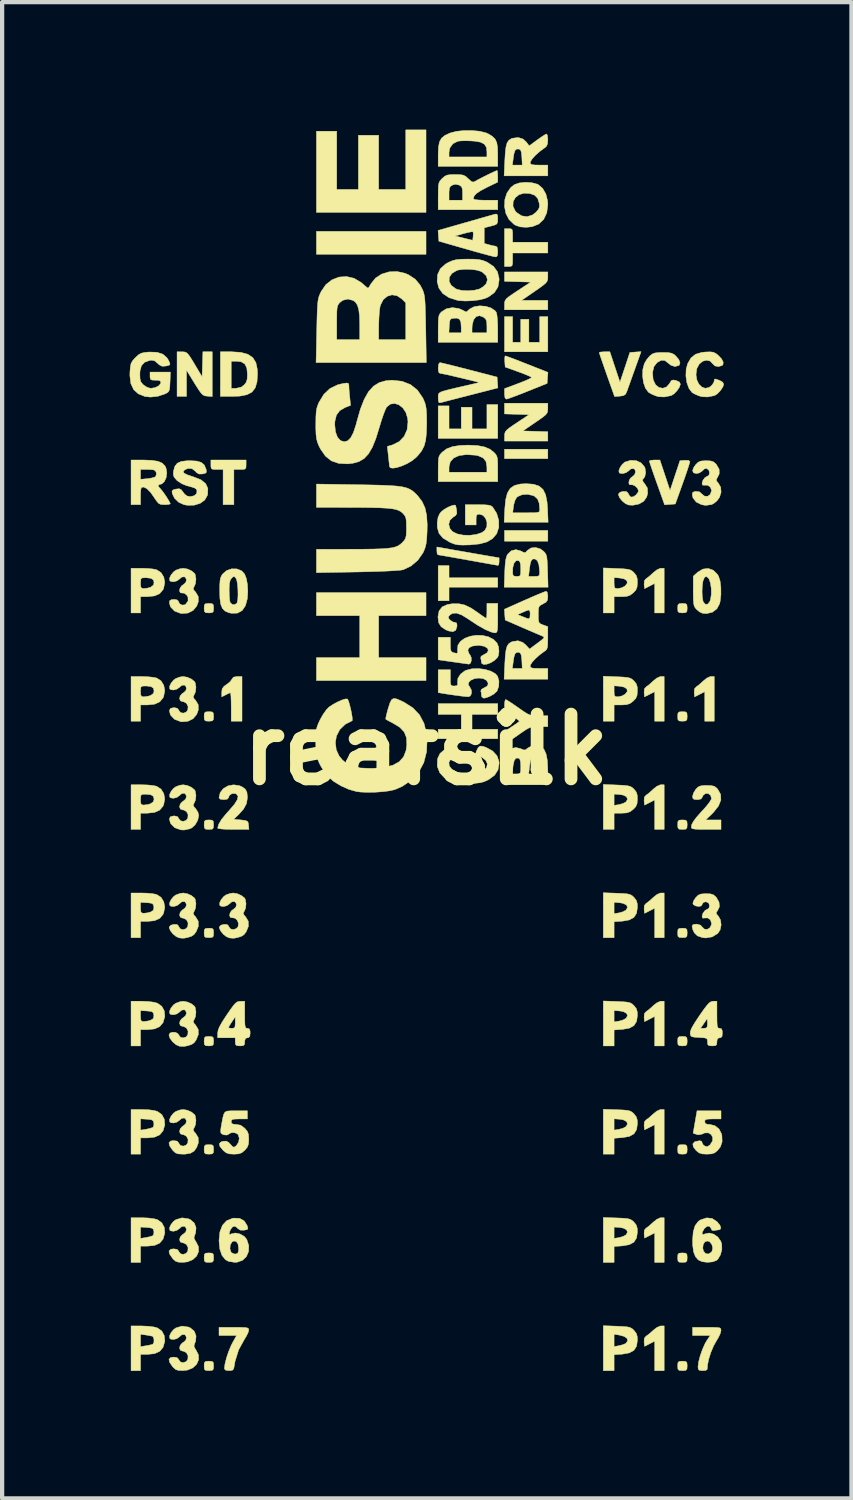
<source format=kicad_pcb>
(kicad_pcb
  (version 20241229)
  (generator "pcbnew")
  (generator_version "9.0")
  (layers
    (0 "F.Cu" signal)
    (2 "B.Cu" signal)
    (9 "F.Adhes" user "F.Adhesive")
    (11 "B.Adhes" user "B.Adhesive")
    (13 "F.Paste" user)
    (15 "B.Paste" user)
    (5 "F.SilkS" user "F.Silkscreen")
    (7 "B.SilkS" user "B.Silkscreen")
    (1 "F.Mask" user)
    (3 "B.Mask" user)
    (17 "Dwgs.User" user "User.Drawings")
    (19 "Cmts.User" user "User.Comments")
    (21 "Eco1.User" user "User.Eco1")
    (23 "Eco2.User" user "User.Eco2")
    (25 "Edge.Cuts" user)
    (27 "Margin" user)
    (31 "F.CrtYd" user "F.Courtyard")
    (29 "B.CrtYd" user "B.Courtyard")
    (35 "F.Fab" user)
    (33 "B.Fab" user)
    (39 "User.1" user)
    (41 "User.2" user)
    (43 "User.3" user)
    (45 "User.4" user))
  (footprint "rearsilk"
    (layer "F.Cu")
    (at 6.972 14.583)
    (property "Reference" "rearsilk" (at 0 0 0) (layer "F.SilkS") (effects (font (size 1.524 1.524) (thickness 0.3))))
    (attr through_hole)
    (fp_poly (pts (xy 0 -11.65) (xy -2.578 -11.65) (xy -2.578 -12.191) (xy 0 -12.191) (xy 0 -11.65)) (stroke (width 0.01) (type solid)) (fill yes) (layer "F.SilkS"))
    (fp_poly (pts (xy 2.865 -6.843) (xy 1.846 -6.843) (xy 1.846 -7.066) (xy 2.865 -7.066) (xy 2.865 -6.843)) (stroke (width 0.01) (type solid)) (fill yes) (layer "F.SilkS"))
    (fp_poly (pts (xy 2.865 -4.902) (xy 1.846 -4.902) (xy 1.846 -5.156) (xy 2.865 -5.156) (xy 2.865 -4.902)) (stroke (width 0.01) (type solid)) (fill yes) (layer "F.SilkS"))
    (fp_poly (pts (xy 0.541 -4.042) (xy 1.687 -4.042) (xy 1.687 -3.82) (xy 0.541 -3.82) (xy 0.541 -3.501) (xy 0.286 -3.501) (xy 0.286 -4.329) (xy 0.541 -4.329) (xy 0.541 -4.042)) (stroke (width 0.01) (type solid)) (fill yes) (layer "F.SilkS"))
    (fp_poly (pts (xy 0 -12.636) (xy -2.578 -12.636) (xy -2.578 -14.546) (xy -2.101 -14.546) (xy -2.101 -13.177) (xy -1.591 -13.177) (xy -1.591 -14.451) (xy -1.114 -14.451) (xy -1.114 -13.177) (xy -0.477 -13.177) (xy -0.477 -14.578) (xy 0 -14.578) (xy 0 -12.636)) (stroke (width 0.01) (type solid)) (fill yes) (layer "F.SilkS"))
    (fp_poly (pts (xy 0 -3.151) (xy -1.114 -3.151) (xy -1.114 -2.164) (xy 0 -2.164) (xy 0 -1.623) (xy -2.578 -1.623) (xy -2.578 -2.164) (xy -1.56 -2.164) (xy -1.56 -3.151) (xy -2.578 -3.151) (xy -2.578 -3.692) (xy 0 -3.692) (xy 0 -3.151)) (stroke (width 0.01) (type solid)) (fill yes) (layer "F.SilkS"))
    (fp_poly (pts (xy 1.687 -7.321) (xy 0.286 -7.321) (xy 0.286 -8.085) (xy 0.541 -8.085) (xy 0.541 -7.544) (xy 0.828 -7.544) (xy 0.828 -8.053) (xy 1.082 -8.053) (xy 1.082 -7.544) (xy 1.432 -7.544) (xy 1.432 -8.117) (xy 1.687 -8.117) (xy 1.687 -7.321)) (stroke (width 0.01) (type solid)) (fill yes) (layer "F.SilkS"))
    (fp_poly (pts (xy 1.687 -0.828) (xy 1.082 -0.828) (xy 1.082 -0.477) (xy 1.687 -0.477) (xy 1.687 -0.255) (xy 0.286 -0.255) (xy 0.286 -0.477) (xy 0.828 -0.477) (xy 0.828 -0.828) (xy 0.286 -0.828) (xy 0.286 -1.082) (xy 1.687 -1.082) (xy 1.687 -0.828)) (stroke (width 0.01) (type solid)) (fill yes) (layer "F.SilkS"))
    (fp_poly (pts (xy 2.037 -9.581) (xy 2.228 -9.581) (xy 2.228 -10.122) (xy 2.419 -10.122) (xy 2.419 -9.581) (xy 2.674 -9.581) (xy 2.674 -10.185) (xy 2.865 -10.185) (xy 2.865 -9.358) (xy 1.846 -9.358) (xy 1.846 -10.185) (xy 2.037 -10.185) (xy 2.037 -9.581)) (stroke (width 0.01) (type solid)) (fill yes) (layer "F.SilkS"))
    (fp_poly (pts (xy 5.602 -3.215) (xy 5.379 -3.215) (xy 5.379 -3.908) (xy 5.14 -3.786) (xy 5.13 -3.888) (xy 5.136 -3.975) (xy 5.178 -4.021) (xy 5.236 -4.063) (xy 5.312 -4.13) (xy 5.343 -4.159) (xy 5.428 -4.227) (xy 5.507 -4.263) (xy 5.526 -4.265) (xy 5.602 -4.265) (xy 5.602 -3.215)) (stroke (width 0.01) (type solid)) (fill yes) (layer "F.SilkS"))
    (fp_poly (pts (xy 5.602 -0.668) (xy 5.379 -0.668) (xy 5.379 -1.362) (xy 5.14 -1.24) (xy 5.13 -1.341) (xy 5.136 -1.428) (xy 5.178 -1.475) (xy 5.236 -1.517) (xy 5.312 -1.584) (xy 5.343 -1.613) (xy 5.428 -1.681) (xy 5.507 -1.717) (xy 5.526 -1.719) (xy 5.602 -1.719) (xy 5.602 -0.668)) (stroke (width 0.01) (type solid)) (fill yes) (layer "F.SilkS"))
    (fp_poly (pts (xy 5.602 1.878) (xy 5.379 1.878) (xy 5.379 1.185) (xy 5.14 1.307) (xy 5.13 1.205) (xy 5.136 1.118) (xy 5.178 1.071) (xy 5.236 1.03) (xy 5.312 0.963) (xy 5.343 0.933) (xy 5.428 0.865) (xy 5.507 0.83) (xy 5.526 0.828) (xy 5.602 0.828) (xy 5.602 1.878)) (stroke (width 0.01) (type solid)) (fill yes) (layer "F.SilkS"))
    (fp_poly (pts (xy 5.602 4.424) (xy 5.379 4.424) (xy 5.379 3.731) (xy 5.14 3.853) (xy 5.13 3.751) (xy 5.136 3.665) (xy 5.178 3.618) (xy 5.236 3.576) (xy 5.312 3.509) (xy 5.343 3.48) (xy 5.428 3.412) (xy 5.507 3.376) (xy 5.526 3.374) (xy 5.602 3.374) (xy 5.602 4.424)) (stroke (width 0.01) (type solid)) (fill yes) (layer "F.SilkS"))
    (fp_poly (pts (xy 5.602 6.971) (xy 5.379 6.971) (xy 5.379 6.277) (xy 5.14 6.4) (xy 5.13 6.298) (xy 5.136 6.211) (xy 5.178 6.164) (xy 5.236 6.122) (xy 5.312 6.056) (xy 5.343 6.026) (xy 5.428 5.958) (xy 5.507 5.923) (xy 5.526 5.92) (xy 5.602 5.92) (xy 5.602 6.971)) (stroke (width 0.01) (type solid)) (fill yes) (layer "F.SilkS"))
    (fp_poly (pts (xy 5.602 9.517) (xy 5.379 9.517) (xy 5.379 8.824) (xy 5.14 8.946) (xy 5.13 8.844) (xy 5.136 8.757) (xy 5.178 8.71) (xy 5.236 8.669) (xy 5.312 8.602) (xy 5.343 8.573) (xy 5.428 8.505) (xy 5.507 8.469) (xy 5.526 8.467) (xy 5.602 8.467) (xy 5.602 9.517)) (stroke (width 0.01) (type solid)) (fill yes) (layer "F.SilkS"))
    (fp_poly (pts (xy 5.602 12.063) (xy 5.379 12.063) (xy 5.379 11.37) (xy 5.14 11.492) (xy 5.13 11.391) (xy 5.136 11.304) (xy 5.178 11.257) (xy 5.236 11.215) (xy 5.312 11.148) (xy 5.343 11.119) (xy 5.428 11.051) (xy 5.507 11.015) (xy 5.526 11.013) (xy 5.602 11.013) (xy 5.602 12.063)) (stroke (width 0.01) (type solid)) (fill yes) (layer "F.SilkS"))
    (fp_poly (pts (xy 5.602 14.61) (xy 5.379 14.61) (xy 5.379 13.916) (xy 5.14 14.039) (xy 5.13 13.934) (xy 5.135 13.847) (xy 5.177 13.798) (xy 5.235 13.757) (xy 5.312 13.691) (xy 5.342 13.663) (xy 5.425 13.598) (xy 5.504 13.562) (xy 5.526 13.559) (xy 5.602 13.559) (xy 5.602 14.61)) (stroke (width 0.01) (type solid)) (fill yes) (layer "F.SilkS"))
    (fp_poly (pts (xy 6.78 -0.668) (xy 6.557 -0.668) (xy 6.557 -1.362) (xy 6.438 -1.301) (xy 6.318 -1.24) (xy 6.308 -1.341) (xy 6.314 -1.428) (xy 6.356 -1.475) (xy 6.413 -1.517) (xy 6.49 -1.584) (xy 6.52 -1.613) (xy 6.605 -1.681) (xy 6.684 -1.717) (xy 6.703 -1.719) (xy 6.78 -1.719) (xy 6.78 -0.668)) (stroke (width 0.01) (type solid)) (fill yes) (layer "F.SilkS"))
    (fp_poly (pts (xy -5.034 -3.433) (xy -5.003 -3.405) (xy -4.997 -3.335) (xy -4.997 -3.326) (xy -5.002 -3.252) (xy -5.03 -3.221) (xy -5.1 -3.215) (xy -5.109 -3.215) (xy -5.183 -3.22) (xy -5.214 -3.248) (xy -5.22 -3.318) (xy -5.22 -3.326) (xy -5.215 -3.401) (xy -5.187 -3.431) (xy -5.117 -3.438) (xy -5.109 -3.438) (xy -5.034 -3.433)) (stroke (width 0.01) (type solid)) (fill yes) (layer "F.SilkS"))
    (fp_poly (pts (xy -5.034 -0.886) (xy -5.003 -0.859) (xy -4.997 -0.788) (xy -4.997 -0.78) (xy -5.002 -0.705) (xy -5.03 -0.675) (xy -5.1 -0.668) (xy -5.109 -0.668) (xy -5.183 -0.673) (xy -5.214 -0.701) (xy -5.22 -0.771) (xy -5.22 -0.78) (xy -5.215 -0.854) (xy -5.187 -0.885) (xy -5.117 -0.891) (xy -5.109 -0.891) (xy -5.034 -0.886)) (stroke (width 0.01) (type solid)) (fill yes) (layer "F.SilkS"))
    (fp_poly (pts (xy -5.034 1.66) (xy -5.003 1.688) (xy -4.997 1.758) (xy -4.997 1.767) (xy -5.002 1.841) (xy -5.03 1.872) (xy -5.1 1.878) (xy -5.109 1.878) (xy -5.183 1.873) (xy -5.214 1.845) (xy -5.22 1.775) (xy -5.22 1.767) (xy -5.215 1.692) (xy -5.187 1.661) (xy -5.117 1.655) (xy -5.109 1.655) (xy -5.034 1.66)) (stroke (width 0.01) (type solid)) (fill yes) (layer "F.SilkS"))
    (fp_poly (pts (xy -5.034 4.206) (xy -5.003 4.234) (xy -4.997 4.304) (xy -4.997 4.313) (xy -5.002 4.388) (xy -5.03 4.418) (xy -5.1 4.424) (xy -5.109 4.424) (xy -5.183 4.419) (xy -5.214 4.392) (xy -5.22 4.321) (xy -5.22 4.313) (xy -5.215 4.238) (xy -5.187 4.208) (xy -5.117 4.202) (xy -5.109 4.202) (xy -5.034 4.206)) (stroke (width 0.01) (type solid)) (fill yes) (layer "F.SilkS"))
    (fp_poly (pts (xy -5.034 6.753) (xy -5.003 6.781) (xy -4.997 6.851) (xy -4.997 6.859) (xy -5.002 6.934) (xy -5.03 6.965) (xy -5.1 6.971) (xy -5.109 6.971) (xy -5.183 6.966) (xy -5.214 6.938) (xy -5.22 6.868) (xy -5.22 6.859) (xy -5.215 6.785) (xy -5.187 6.754) (xy -5.117 6.748) (xy -5.109 6.748) (xy -5.034 6.753)) (stroke (width 0.01) (type solid)) (fill yes) (layer "F.SilkS"))
    (fp_poly (pts (xy -5.034 9.299) (xy -5.003 9.327) (xy -4.997 9.397) (xy -4.997 9.406) (xy -5.002 9.48) (xy -5.03 9.511) (xy -5.1 9.517) (xy -5.109 9.517) (xy -5.183 9.512) (xy -5.214 9.484) (xy -5.22 9.414) (xy -5.22 9.406) (xy -5.215 9.331) (xy -5.187 9.3) (xy -5.117 9.294) (xy -5.109 9.294) (xy -5.034 9.299)) (stroke (width 0.01) (type solid)) (fill yes) (layer "F.SilkS"))
    (fp_poly (pts (xy -5.034 11.846) (xy -5.003 11.873) (xy -4.997 11.944) (xy -4.997 11.952) (xy -5.002 12.027) (xy -5.03 12.057) (xy -5.1 12.063) (xy -5.109 12.063) (xy -5.183 12.058) (xy -5.214 12.031) (xy -5.22 11.96) (xy -5.22 11.952) (xy -5.215 11.877) (xy -5.187 11.847) (xy -5.117 11.841) (xy -5.109 11.841) (xy -5.034 11.846)) (stroke (width 0.01) (type solid)) (fill yes) (layer "F.SilkS"))
    (fp_poly (pts (xy -5.034 14.392) (xy -5.003 14.42) (xy -4.997 14.49) (xy -4.997 14.498) (xy -5.002 14.573) (xy -5.03 14.604) (xy -5.1 14.61) (xy -5.109 14.61) (xy -5.183 14.605) (xy -5.214 14.577) (xy -5.22 14.507) (xy -5.22 14.498) (xy -5.215 14.424) (xy -5.187 14.393) (xy -5.117 14.387) (xy -5.109 14.387) (xy -5.034 14.392)) (stroke (width 0.01) (type solid)) (fill yes) (layer "F.SilkS"))
    (fp_poly (pts (xy -4.233 -6.7) (xy -4.236 -6.632) (xy -4.257 -6.599) (xy -4.313 -6.589) (xy -4.377 -6.589) (xy -4.52 -6.589) (xy -4.52 -5.761) (xy -4.774 -5.761) (xy -4.774 -6.589) (xy -4.918 -6.589) (xy -5.006 -6.591) (xy -5.047 -6.607) (xy -5.06 -6.651) (xy -5.061 -6.7) (xy -5.061 -6.812) (xy -4.233 -6.812) (xy -4.233 -6.7)) (stroke (width 0.01) (type solid)) (fill yes) (layer "F.SilkS"))
    (fp_poly (pts (xy 1.998 -12.251) (xy 2.026 -12.23) (xy 2.036 -12.174) (xy 2.037 -12.095) (xy 2.037 -11.936) (xy 2.865 -11.936) (xy 2.865 -11.681) (xy 2.037 -11.681) (xy 2.037 -11.522) (xy 2.035 -11.428) (xy 2.022 -11.381) (xy 1.989 -11.365) (xy 1.942 -11.363) (xy 1.846 -11.363) (xy 1.846 -12.254) (xy 1.942 -12.254) (xy 1.998 -12.251)) (stroke (width 0.01) (type solid)) (fill yes) (layer "F.SilkS"))
    (fp_poly (pts (xy 6.106 -3.433) (xy 6.137 -3.405) (xy 6.143 -3.335) (xy 6.143 -3.326) (xy 6.138 -3.252) (xy 6.11 -3.221) (xy 6.04 -3.215) (xy 6.032 -3.215) (xy 5.957 -3.22) (xy 5.926 -3.248) (xy 5.92 -3.318) (xy 5.92 -3.326) (xy 5.925 -3.401) (xy 5.953 -3.431) (xy 6.023 -3.438) (xy 6.032 -3.438) (xy 6.106 -3.433)) (stroke (width 0.01) (type solid)) (fill yes) (layer "F.SilkS"))
    (fp_poly (pts (xy 6.106 -0.886) (xy 6.137 -0.859) (xy 6.143 -0.788) (xy 6.143 -0.78) (xy 6.138 -0.705) (xy 6.11 -0.675) (xy 6.04 -0.668) (xy 6.032 -0.668) (xy 5.957 -0.673) (xy 5.926 -0.701) (xy 5.92 -0.771) (xy 5.92 -0.78) (xy 5.925 -0.854) (xy 5.953 -0.885) (xy 6.023 -0.891) (xy 6.032 -0.891) (xy 6.106 -0.886)) (stroke (width 0.01) (type solid)) (fill yes) (layer "F.SilkS"))
    (fp_poly (pts (xy 6.106 1.66) (xy 6.137 1.688) (xy 6.143 1.758) (xy 6.143 1.767) (xy 6.138 1.841) (xy 6.11 1.872) (xy 6.04 1.878) (xy 6.032 1.878) (xy 5.957 1.873) (xy 5.926 1.845) (xy 5.92 1.775) (xy 5.92 1.767) (xy 5.925 1.692) (xy 5.953 1.661) (xy 6.023 1.655) (xy 6.032 1.655) (xy 6.106 1.66)) (stroke (width 0.01) (type solid)) (fill yes) (layer "F.SilkS"))
    (fp_poly (pts (xy 6.106 4.206) (xy 6.137 4.234) (xy 6.143 4.304) (xy 6.143 4.313) (xy 6.138 4.388) (xy 6.11 4.418) (xy 6.04 4.424) (xy 6.032 4.424) (xy 5.957 4.419) (xy 5.926 4.392) (xy 5.92 4.321) (xy 5.92 4.313) (xy 5.925 4.238) (xy 5.953 4.208) (xy 6.023 4.202) (xy 6.032 4.202) (xy 6.106 4.206)) (stroke (width 0.01) (type solid)) (fill yes) (layer "F.SilkS"))
    (fp_poly (pts (xy 6.106 6.753) (xy 6.137 6.781) (xy 6.143 6.851) (xy 6.143 6.859) (xy 6.138 6.934) (xy 6.11 6.965) (xy 6.04 6.971) (xy 6.032 6.971) (xy 5.957 6.966) (xy 5.926 6.938) (xy 5.92 6.868) (xy 5.92 6.859) (xy 5.925 6.785) (xy 5.953 6.754) (xy 6.023 6.748) (xy 6.032 6.748) (xy 6.106 6.753)) (stroke (width 0.01) (type solid)) (fill yes) (layer "F.SilkS"))
    (fp_poly (pts (xy 6.106 9.299) (xy 6.137 9.327) (xy 6.143 9.397) (xy 6.143 9.406) (xy 6.138 9.48) (xy 6.11 9.511) (xy 6.04 9.517) (xy 6.032 9.517) (xy 5.957 9.512) (xy 5.926 9.484) (xy 5.92 9.414) (xy 5.92 9.406) (xy 5.925 9.331) (xy 5.953 9.3) (xy 6.023 9.294) (xy 6.032 9.294) (xy 6.106 9.299)) (stroke (width 0.01) (type solid)) (fill yes) (layer "F.SilkS"))
    (fp_poly (pts (xy 6.106 11.846) (xy 6.137 11.873) (xy 6.143 11.944) (xy 6.143 11.952) (xy 6.138 12.027) (xy 6.11 12.057) (xy 6.04 12.063) (xy 6.032 12.063) (xy 5.957 12.058) (xy 5.926 12.031) (xy 5.92 11.96) (xy 5.92 11.952) (xy 5.925 11.877) (xy 5.953 11.847) (xy 6.023 11.841) (xy 6.032 11.841) (xy 6.106 11.846)) (stroke (width 0.01) (type solid)) (fill yes) (layer "F.SilkS"))
    (fp_poly (pts (xy 6.106 14.392) (xy 6.137 14.42) (xy 6.143 14.49) (xy 6.143 14.498) (xy 6.138 14.573) (xy 6.11 14.604) (xy 6.04 14.61) (xy 6.032 14.61) (xy 5.957 14.605) (xy 5.926 14.577) (xy 5.92 14.507) (xy 5.92 14.498) (xy 5.925 14.424) (xy 5.953 14.393) (xy 6.023 14.387) (xy 6.032 14.387) (xy 6.106 14.392)) (stroke (width 0.01) (type solid)) (fill yes) (layer "F.SilkS"))
    (fp_poly (pts (xy -4.329 -0.668) (xy -4.583 -0.668) (xy -4.583 -1.003) (xy -4.585 -1.14) (xy -4.589 -1.25) (xy -4.595 -1.319) (xy -4.601 -1.337) (xy -4.639 -1.324) (xy -4.706 -1.291) (xy -4.712 -1.288) (xy -4.806 -1.24) (xy -4.806 -1.349) (xy -4.796 -1.43) (xy -4.752 -1.488) (xy -4.697 -1.527) (xy -4.621 -1.585) (xy -4.572 -1.645) (xy -4.567 -1.657) (xy -4.531 -1.703) (xy -4.454 -1.719) (xy -4.438 -1.719) (xy -4.329 -1.719) (xy -4.329 -0.668)) (stroke (width 0.01) (type solid)) (fill yes) (layer "F.SilkS"))
    (fp_poly (pts (xy -5.029 -8.304) (xy -5.146 -8.314) (xy -5.2 -8.321) (xy -5.244 -8.34) (xy -5.287 -8.38) (xy -5.34 -8.452) (xy -5.412 -8.564) (xy -5.449 -8.624) (xy -5.634 -8.925) (xy -5.634 -8.308) (xy -5.857 -8.308) (xy -5.857 -9.358) (xy -5.737 -9.357) (xy -5.683 -9.354) (xy -5.641 -9.341) (xy -5.601 -9.306) (xy -5.553 -9.242) (xy -5.487 -9.137) (xy -5.443 -9.063) (xy -5.268 -8.769) (xy -5.259 -9.063) (xy -5.249 -9.358) (xy -5.029 -9.358) (xy -5.029 -8.304)) (stroke (width 0.01) (type solid)) (fill yes) (layer "F.SilkS"))
    (fp_poly (pts (xy 2.865 -11.114) (xy 2.862 -11.061) (xy 2.849 -11.018) (xy 2.817 -10.975) (xy 2.756 -10.923) (xy 2.658 -10.851) (xy 2.556 -10.78) (xy 2.246 -10.567) (xy 2.865 -10.567) (xy 2.865 -10.345) (xy 1.846 -10.345) (xy 1.846 -10.468) (xy 1.848 -10.522) (xy 1.861 -10.565) (xy 1.892 -10.607) (xy 1.952 -10.657) (xy 2.05 -10.725) (xy 2.154 -10.794) (xy 2.463 -10.997) (xy 2.154 -11.006) (xy 1.846 -11.015) (xy 1.846 -11.236) (xy 2.865 -11.236) (xy 2.865 -11.114)) (stroke (width 0.01) (type solid)) (fill yes) (layer "F.SilkS"))
    (fp_poly (pts (xy 0.565 -4.711) (xy 0.723 -4.683) (xy 0.919 -4.649) (xy 1.125 -4.613) (xy 1.297 -4.583) (xy 1.719 -4.511) (xy 1.719 -4.42) (xy 1.712 -4.356) (xy 1.695 -4.332) (xy 1.658 -4.339) (xy 1.568 -4.354) (xy 1.433 -4.378) (xy 1.265 -4.408) (xy 1.071 -4.443) (xy 0.987 -4.458) (xy 0.785 -4.494) (xy 0.605 -4.526) (xy 0.456 -4.552) (xy 0.347 -4.571) (xy 0.287 -4.581) (xy 0.279 -4.582) (xy 0.261 -4.611) (xy 0.255 -4.675) (xy 0.255 -4.766) (xy 0.565 -4.711)) (stroke (width 0.01) (type solid)) (fill yes) (layer "F.SilkS"))
    (fp_poly (pts (xy 2.865 -8.023) (xy 2.862 -7.967) (xy 2.85 -7.922) (xy 2.818 -7.879) (xy 2.757 -7.827) (xy 2.658 -7.756) (xy 2.571 -7.697) (xy 2.278 -7.496) (xy 2.571 -7.487) (xy 2.865 -7.478) (xy 2.865 -7.257) (xy 1.846 -7.257) (xy 1.847 -7.377) (xy 1.85 -7.431) (xy 1.865 -7.475) (xy 1.9 -7.518) (xy 1.966 -7.572) (xy 2.072 -7.645) (xy 2.135 -7.687) (xy 2.422 -7.878) (xy 2.134 -7.887) (xy 1.846 -7.896) (xy 1.846 -8.148) (xy 2.865 -8.148) (xy 2.865 -8.023)) (stroke (width 0.01) (type solid)) (fill yes) (layer "F.SilkS"))
    (fp_poly (pts (xy 4.914 -8.954) (xy 4.856 -8.793) (xy 4.803 -8.644) (xy 4.759 -8.522) (xy 4.731 -8.442) (xy 4.728 -8.435) (xy 4.695 -8.361) (xy 4.647 -8.327) (xy 4.562 -8.314) (xy 4.435 -8.304) (xy 4.254 -8.813) (xy 4.195 -8.982) (xy 4.144 -9.129) (xy 4.104 -9.245) (xy 4.08 -9.318) (xy 4.074 -9.34) (xy 4.102 -9.351) (xy 4.173 -9.357) (xy 4.199 -9.358) (xy 4.324 -9.358) (xy 4.443 -9) (xy 4.562 -8.642) (xy 4.679 -8.992) (xy 4.795 -9.342) (xy 4.927 -9.352) (xy 5.059 -9.361) (xy 4.914 -8.954)) (stroke (width 0.01) (type solid)) (fill yes) (layer "F.SilkS"))
    (fp_poly (pts (xy 5.621 -6.453) (xy 5.74 -6.095) (xy 5.856 -6.445) (xy 5.973 -6.796) (xy 6.09 -6.805) (xy 6.175 -6.804) (xy 6.206 -6.778) (xy 6.207 -6.773) (xy 6.196 -6.73) (xy 6.168 -6.639) (xy 6.125 -6.51) (xy 6.071 -6.355) (xy 6.035 -6.254) (xy 5.864 -5.777) (xy 5.738 -5.768) (xy 5.612 -5.758) (xy 5.432 -6.262) (xy 5.372 -6.43) (xy 5.321 -6.577) (xy 5.282 -6.693) (xy 5.258 -6.767) (xy 5.252 -6.789) (xy 5.28 -6.803) (xy 5.35 -6.811) (xy 5.377 -6.812) (xy 5.501 -6.812) (xy 5.621 -6.453)) (stroke (width 0.01) (type solid)) (fill yes) (layer "F.SilkS"))
    (fp_poly (pts (xy -4.367 13.592) (xy -4.266 13.595) (xy -4.207 13.604) (xy -4.179 13.619) (xy -4.17 13.643) (xy -4.17 13.657) (xy -4.187 13.719) (xy -4.232 13.808) (xy -4.27 13.869) (xy -4.409 14.122) (xy -4.494 14.397) (xy -4.504 14.459) (xy -4.521 14.55) (xy -4.544 14.594) (xy -4.588 14.608) (xy -4.635 14.61) (xy -4.712 14.601) (xy -4.741 14.57) (xy -4.743 14.553) (xy -4.729 14.449) (xy -4.694 14.311) (xy -4.644 14.161) (xy -4.586 14.021) (xy -4.55 13.949) (xy -4.456 13.782) (xy -4.87 13.782) (xy -4.87 13.591) (xy -4.52 13.591) (xy -4.367 13.592)) (stroke (width 0.01) (type solid)) (fill yes) (layer "F.SilkS"))
    (fp_poly (pts (xy 6.753 13.592) (xy 6.85 13.595) (xy 6.905 13.603) (xy 6.931 13.62) (xy 6.938 13.647) (xy 6.939 13.669) (xy 6.921 13.739) (xy 6.877 13.833) (xy 6.839 13.895) (xy 6.765 14.027) (xy 6.699 14.184) (xy 6.649 14.343) (xy 6.622 14.48) (xy 6.621 14.517) (xy 6.614 14.579) (xy 6.582 14.605) (xy 6.509 14.61) (xy 6.434 14.604) (xy 6.404 14.577) (xy 6.398 14.518) (xy 6.412 14.405) (xy 6.45 14.261) (xy 6.503 14.109) (xy 6.563 13.974) (xy 6.605 13.902) (xy 6.687 13.782) (xy 6.27 13.782) (xy 6.27 13.591) (xy 6.605 13.591) (xy 6.753 13.592)) (stroke (width 0.01) (type solid)) (fill yes) (layer "F.SilkS"))
    (fp_poly (pts (xy -4.576 -9.358) (xy -4.357 -9.344) (xy -4.192 -9.299) (xy -4.075 -9.22) (xy -4.002 -9.102) (xy -3.968 -8.942) (xy -3.964 -8.838) (xy -3.976 -8.65) (xy -4.018 -8.509) (xy -4.094 -8.41) (xy -4.212 -8.348) (xy -4.379 -8.315) (xy -4.567 -8.308) (xy -4.838 -8.308) (xy -4.838 -9.135) (xy -4.583 -9.135) (xy -4.583 -8.498) (xy -4.471 -8.498) (xy -4.349 -8.525) (xy -4.28 -8.577) (xy -4.232 -8.637) (xy -4.208 -8.711) (xy -4.202 -8.821) (xy -4.202 -8.831) (xy -4.216 -8.977) (xy -4.264 -9.072) (xy -4.35 -9.123) (xy -4.456 -9.135) (xy -4.583 -9.135) (xy -4.838 -9.135) (xy -4.838 -9.358) (xy -4.576 -9.358)) (stroke (width 0.01) (type solid)) (fill yes) (layer "F.SilkS"))
    (fp_poly (pts (xy -6.526 8.473) (xy -6.393 8.491) (xy -6.317 8.513) (xy -6.215 8.587) (xy -6.156 8.696) (xy -6.145 8.827) (xy -6.185 8.964) (xy -6.188 8.971) (xy -6.266 9.064) (xy -6.386 9.117) (xy -6.555 9.135) (xy -6.558 9.135) (xy -6.716 9.135) (xy -6.716 9.517) (xy -6.939 9.517) (xy -6.939 8.952) (xy -6.716 8.952) (xy -6.581 8.931) (xy -6.491 8.911) (xy -6.429 8.889) (xy -6.419 8.882) (xy -6.402 8.833) (xy -6.403 8.781) (xy -6.418 8.734) (xy -6.458 8.709) (xy -6.539 8.697) (xy -6.565 8.696) (xy -6.716 8.686) (xy -6.716 8.952) (xy -6.939 8.952) (xy -6.939 8.467) (xy -6.683 8.467) (xy -6.526 8.473)) (stroke (width 0.01) (type solid)) (fill yes) (layer "F.SilkS"))
    (fp_poly (pts (xy -6.526 11.02) (xy -6.393 11.038) (xy -6.317 11.059) (xy -6.215 11.133) (xy -6.156 11.242) (xy -6.145 11.373) (xy -6.185 11.511) (xy -6.188 11.518) (xy -6.266 11.61) (xy -6.386 11.664) (xy -6.555 11.681) (xy -6.558 11.681) (xy -6.716 11.681) (xy -6.716 12.063) (xy -6.939 12.063) (xy -6.939 11.499) (xy -6.716 11.499) (xy -6.581 11.477) (xy -6.491 11.458) (xy -6.429 11.436) (xy -6.419 11.429) (xy -6.402 11.38) (xy -6.403 11.327) (xy -6.418 11.28) (xy -6.458 11.256) (xy -6.539 11.244) (xy -6.565 11.242) (xy -6.716 11.232) (xy -6.716 11.499) (xy -6.939 11.499) (xy -6.939 11.013) (xy -6.683 11.013) (xy -6.526 11.02)) (stroke (width 0.01) (type solid)) (fill yes) (layer "F.SilkS"))
    (fp_poly (pts (xy 1.9 -9.251) (xy 1.984 -9.22) (xy 2.107 -9.174) (xy 2.258 -9.115) (xy 2.377 -9.068) (xy 2.868 -8.874) (xy 2.858 -8.744) (xy 2.849 -8.614) (xy 2.389 -8.429) (xy 2.228 -8.365) (xy 2.086 -8.311) (xy 1.974 -8.27) (xy 1.904 -8.247) (xy 1.887 -8.244) (xy 1.857 -8.274) (xy 1.846 -8.36) (xy 1.846 -8.367) (xy 1.846 -8.491) (xy 2.164 -8.61) (xy 2.294 -8.661) (xy 2.399 -8.705) (xy 2.465 -8.739) (xy 2.483 -8.753) (xy 2.455 -8.773) (xy 2.379 -8.807) (xy 2.268 -8.852) (xy 2.172 -8.887) (xy 1.862 -8.998) (xy 1.852 -9.13) (xy 1.851 -9.211) (xy 1.859 -9.258) (xy 1.864 -9.262) (xy 1.9 -9.251)) (stroke (width 0.01) (type solid)) (fill yes) (layer "F.SilkS"))
    (fp_poly (pts (xy 4.487 3.379) (xy 4.635 3.385) (xy 4.733 3.394) (xy 4.799 3.41) (xy 4.846 3.435) (xy 4.89 3.475) (xy 4.89 3.475) (xy 4.946 3.546) (xy 4.97 3.627) (xy 4.973 3.71) (xy 4.952 3.85) (xy 4.891 3.947) (xy 4.783 4.007) (xy 4.622 4.036) (xy 4.617 4.036) (xy 4.424 4.05) (xy 4.424 4.424) (xy 4.17 4.424) (xy 4.17 3.86) (xy 4.424 3.86) (xy 4.541 3.841) (xy 4.633 3.815) (xy 4.703 3.777) (xy 4.708 3.772) (xy 4.74 3.711) (xy 4.715 3.657) (xy 4.64 3.618) (xy 4.556 3.603) (xy 4.424 3.593) (xy 4.424 3.86) (xy 4.17 3.86) (xy 4.17 3.368) (xy 4.487 3.379)) (stroke (width 0.01) (type solid)) (fill yes) (layer "F.SilkS"))
    (fp_poly (pts (xy 4.487 5.925) (xy 4.635 5.932) (xy 4.733 5.941) (xy 4.799 5.956) (xy 4.846 5.982) (xy 4.89 6.021) (xy 4.89 6.022) (xy 4.946 6.092) (xy 4.97 6.173) (xy 4.973 6.257) (xy 4.952 6.396) (xy 4.891 6.493) (xy 4.783 6.553) (xy 4.622 6.582) (xy 4.617 6.582) (xy 4.424 6.596) (xy 4.424 6.971) (xy 4.17 6.971) (xy 4.17 6.406) (xy 4.424 6.406) (xy 4.541 6.387) (xy 4.633 6.361) (xy 4.703 6.323) (xy 4.708 6.319) (xy 4.74 6.257) (xy 4.715 6.203) (xy 4.64 6.164) (xy 4.556 6.149) (xy 4.424 6.139) (xy 4.424 6.406) (xy 4.17 6.406) (xy 4.17 5.914) (xy 4.487 5.925)) (stroke (width 0.01) (type solid)) (fill yes) (layer "F.SilkS"))
    (fp_poly (pts (xy 4.487 8.472) (xy 4.635 8.478) (xy 4.733 8.487) (xy 4.799 8.503) (xy 4.846 8.528) (xy 4.89 8.567) (xy 4.89 8.568) (xy 4.946 8.639) (xy 4.97 8.719) (xy 4.973 8.803) (xy 4.952 8.942) (xy 4.891 9.039) (xy 4.783 9.1) (xy 4.622 9.128) (xy 4.617 9.129) (xy 4.424 9.143) (xy 4.424 9.517) (xy 4.17 9.517) (xy 4.17 8.952) (xy 4.424 8.952) (xy 4.541 8.933) (xy 4.633 8.908) (xy 4.703 8.87) (xy 4.708 8.865) (xy 4.74 8.804) (xy 4.715 8.749) (xy 4.64 8.71) (xy 4.556 8.696) (xy 4.424 8.686) (xy 4.424 8.952) (xy 4.17 8.952) (xy 4.17 8.461) (xy 4.487 8.472)) (stroke (width 0.01) (type solid)) (fill yes) (layer "F.SilkS"))
    (fp_poly (pts (xy 4.487 11.018) (xy 4.635 11.024) (xy 4.733 11.033) (xy 4.799 11.049) (xy 4.846 11.075) (xy 4.89 11.114) (xy 4.89 11.114) (xy 4.946 11.185) (xy 4.97 11.266) (xy 4.973 11.35) (xy 4.952 11.489) (xy 4.891 11.586) (xy 4.783 11.646) (xy 4.622 11.675) (xy 4.617 11.675) (xy 4.424 11.689) (xy 4.424 12.063) (xy 4.17 12.063) (xy 4.17 11.499) (xy 4.424 11.499) (xy 4.541 11.48) (xy 4.633 11.454) (xy 4.703 11.416) (xy 4.708 11.411) (xy 4.74 11.35) (xy 4.715 11.296) (xy 4.64 11.257) (xy 4.556 11.242) (xy 4.424 11.232) (xy 4.424 11.499) (xy 4.17 11.499) (xy 4.17 11.007) (xy 4.487 11.018)) (stroke (width 0.01) (type solid)) (fill yes) (layer "F.SilkS"))
    (fp_poly (pts (xy 4.487 13.564) (xy 4.635 13.571) (xy 4.733 13.58) (xy 4.799 13.595) (xy 4.846 13.621) (xy 4.89 13.66) (xy 4.89 13.661) (xy 4.946 13.732) (xy 4.97 13.812) (xy 4.973 13.896) (xy 4.952 14.035) (xy 4.891 14.132) (xy 4.783 14.192) (xy 4.622 14.221) (xy 4.617 14.222) (xy 4.424 14.235) (xy 4.424 14.61) (xy 4.17 14.61) (xy 4.17 14.044) (xy 4.424 14.044) (xy 4.544 14.022) (xy 4.633 13.999) (xy 4.697 13.971) (xy 4.703 13.966) (xy 4.744 13.906) (xy 4.727 13.85) (xy 4.657 13.803) (xy 4.544 13.773) (xy 4.424 13.754) (xy 4.424 14.044) (xy 4.17 14.044) (xy 4.17 13.553) (xy 4.487 13.564)) (stroke (width 0.01) (type solid)) (fill yes) (layer "F.SilkS"))
    (fp_poly (pts (xy -6.526 13.566) (xy -6.393 13.584) (xy -6.317 13.606) (xy -6.215 13.679) (xy -6.156 13.789) (xy -6.145 13.919) (xy -6.185 14.057) (xy -6.188 14.064) (xy -6.266 14.156) (xy -6.386 14.21) (xy -6.555 14.228) (xy -6.558 14.228) (xy -6.716 14.228) (xy -6.716 14.61) (xy -6.939 14.61) (xy -6.939 14.045) (xy -6.716 14.045) (xy -6.584 14.024) (xy -6.495 14.007) (xy -6.434 13.99) (xy -6.425 13.986) (xy -6.401 13.942) (xy -6.4 13.875) (xy -6.418 13.817) (xy -6.438 13.8) (xy -6.494 13.788) (xy -6.581 13.773) (xy -6.597 13.771) (xy -6.716 13.754) (xy -6.716 14.045) (xy -6.939 14.045) (xy -6.939 13.559) (xy -6.683 13.559) (xy -6.526 13.566)) (stroke (width 0.01) (type solid)) (fill yes) (layer "F.SilkS"))
    (fp_poly (pts (xy 4.488 0.833) (xy 4.636 0.84) (xy 4.736 0.85) (xy 4.802 0.866) (xy 4.849 0.892) (xy 4.891 0.93) (xy 4.946 0.999) (xy 4.97 1.078) (xy 4.973 1.167) (xy 4.964 1.271) (xy 4.934 1.343) (xy 4.872 1.408) (xy 4.799 1.462) (xy 4.722 1.489) (xy 4.612 1.496) (xy 4.599 1.496) (xy 4.424 1.496) (xy 4.424 1.878) (xy 4.17 1.878) (xy 4.17 1.313) (xy 4.424 1.313) (xy 4.541 1.294) (xy 4.633 1.269) (xy 4.703 1.231) (xy 4.708 1.226) (xy 4.74 1.165) (xy 4.715 1.11) (xy 4.64 1.071) (xy 4.556 1.057) (xy 4.424 1.047) (xy 4.424 1.313) (xy 4.17 1.313) (xy 4.17 0.82) (xy 4.488 0.833)) (stroke (width 0.01) (type solid)) (fill yes) (layer "F.SilkS"))
    (fp_poly (pts (xy -6.526 5.927) (xy -6.393 5.945) (xy -6.317 5.967) (xy -6.215 6.04) (xy -6.156 6.15) (xy -6.145 6.28) (xy -6.185 6.418) (xy -6.188 6.425) (xy -6.266 6.517) (xy -6.386 6.571) (xy -6.555 6.589) (xy -6.558 6.589) (xy -6.716 6.589) (xy -6.716 6.971) (xy -6.939 6.971) (xy -6.939 6.269) (xy -6.716 6.269) (xy -6.712 6.352) (xy -6.692 6.389) (xy -6.645 6.398) (xy -6.639 6.398) (xy -6.548 6.386) (xy -6.477 6.366) (xy -6.416 6.328) (xy -6.402 6.265) (xy -6.404 6.247) (xy -6.416 6.193) (xy -6.448 6.165) (xy -6.518 6.153) (xy -6.565 6.149) (xy -6.716 6.14) (xy -6.716 6.269) (xy -6.939 6.269) (xy -6.939 5.92) (xy -6.683 5.92) (xy -6.526 5.927)) (stroke (width 0.01) (type solid)) (fill yes) (layer "F.SilkS"))
    (fp_poly (pts (xy 4.488 -4.26) (xy 4.636 -4.253) (xy 4.736 -4.243) (xy 4.802 -4.227) (xy 4.849 -4.201) (xy 4.891 -4.163) (xy 4.946 -4.094) (xy 4.97 -4.014) (xy 4.973 -3.926) (xy 4.964 -3.821) (xy 4.934 -3.75) (xy 4.872 -3.685) (xy 4.799 -3.631) (xy 4.722 -3.604) (xy 4.612 -3.597) (xy 4.599 -3.597) (xy 4.424 -3.597) (xy 4.424 -3.215) (xy 4.17 -3.215) (xy 4.17 -3.917) (xy 4.424 -3.917) (xy 4.428 -3.834) (xy 4.448 -3.797) (xy 4.497 -3.788) (xy 4.516 -3.788) (xy 4.61 -3.808) (xy 4.683 -3.849) (xy 4.734 -3.915) (xy 4.725 -3.972) (xy 4.662 -4.015) (xy 4.556 -4.036) (xy 4.424 -4.046) (xy 4.424 -3.917) (xy 4.17 -3.917) (xy 4.17 -4.273) (xy 4.488 -4.26)) (stroke (width 0.01) (type solid)) (fill yes) (layer "F.SilkS"))
    (fp_poly (pts (xy 4.488 -1.713) (xy 4.636 -1.706) (xy 4.736 -1.696) (xy 4.802 -1.68) (xy 4.849 -1.654) (xy 4.891 -1.616) (xy 4.946 -1.547) (xy 4.97 -1.468) (xy 4.973 -1.379) (xy 4.964 -1.275) (xy 4.934 -1.204) (xy 4.872 -1.139) (xy 4.799 -1.084) (xy 4.722 -1.058) (xy 4.612 -1.05) (xy 4.599 -1.05) (xy 4.424 -1.05) (xy 4.424 -0.668) (xy 4.17 -0.668) (xy 4.17 -1.371) (xy 4.424 -1.371) (xy 4.428 -1.288) (xy 4.448 -1.251) (xy 4.497 -1.242) (xy 4.516 -1.241) (xy 4.61 -1.262) (xy 4.683 -1.303) (xy 4.734 -1.368) (xy 4.725 -1.426) (xy 4.662 -1.469) (xy 4.556 -1.49) (xy 4.424 -1.5) (xy 4.424 -1.371) (xy 4.17 -1.371) (xy 4.17 -1.726) (xy 4.488 -1.713)) (stroke (width 0.01) (type solid)) (fill yes) (layer "F.SilkS"))
    (fp_poly (pts (xy -6.554 3.378) (xy -6.431 3.39) (xy -6.344 3.407) (xy -6.338 3.409) (xy -6.234 3.476) (xy -6.169 3.581) (xy -6.146 3.709) (xy -6.172 3.843) (xy -6.188 3.879) (xy -6.266 3.971) (xy -6.386 4.025) (xy -6.555 4.042) (xy -6.558 4.042) (xy -6.716 4.042) (xy -6.716 4.424) (xy -6.939 4.424) (xy -6.939 3.722) (xy -6.716 3.722) (xy -6.712 3.805) (xy -6.692 3.842) (xy -6.645 3.851) (xy -6.639 3.851) (xy -6.548 3.84) (xy -6.477 3.82) (xy -6.416 3.782) (xy -6.402 3.719) (xy -6.404 3.7) (xy -6.416 3.647) (xy -6.448 3.619) (xy -6.518 3.606) (xy -6.565 3.603) (xy -6.716 3.593) (xy -6.716 3.722) (xy -6.939 3.722) (xy -6.939 3.374) (xy -6.689 3.374) (xy -6.554 3.378)) (stroke (width 0.01) (type solid)) (fill yes) (layer "F.SilkS"))
    (fp_poly (pts (xy -6.554 -4.261) (xy -6.431 -4.249) (xy -6.344 -4.232) (xy -6.338 -4.23) (xy -6.234 -4.163) (xy -6.169 -4.058) (xy -6.146 -3.93) (xy -6.172 -3.796) (xy -6.188 -3.761) (xy -6.266 -3.668) (xy -6.386 -3.615) (xy -6.555 -3.597) (xy -6.558 -3.597) (xy -6.716 -3.597) (xy -6.716 -3.215) (xy -6.939 -3.215) (xy -6.939 -3.915) (xy -6.716 -3.915) (xy -6.712 -3.833) (xy -6.691 -3.796) (xy -6.644 -3.788) (xy -6.639 -3.788) (xy -6.547 -3.799) (xy -6.479 -3.819) (xy -6.413 -3.868) (xy -6.398 -3.927) (xy -6.414 -3.992) (xy -6.471 -4.029) (xy -6.577 -4.042) (xy -6.607 -4.042) (xy -6.677 -4.038) (xy -6.708 -4.014) (xy -6.716 -3.951) (xy -6.716 -3.915) (xy -6.939 -3.915) (xy -6.939 -4.265) (xy -6.689 -4.265) (xy -6.554 -4.261)) (stroke (width 0.01) (type solid)) (fill yes) (layer "F.SilkS"))
    (fp_poly (pts (xy -6.554 -1.714) (xy -6.431 -1.702) (xy -6.344 -1.685) (xy -6.338 -1.684) (xy -6.234 -1.617) (xy -6.169 -1.512) (xy -6.146 -1.384) (xy -6.172 -1.25) (xy -6.188 -1.214) (xy -6.266 -1.122) (xy -6.386 -1.068) (xy -6.555 -1.05) (xy -6.558 -1.05) (xy -6.716 -1.05) (xy -6.716 -0.668) (xy -6.939 -0.668) (xy -6.939 -1.369) (xy -6.716 -1.369) (xy -6.712 -1.287) (xy -6.691 -1.25) (xy -6.644 -1.241) (xy -6.639 -1.241) (xy -6.547 -1.253) (xy -6.479 -1.272) (xy -6.413 -1.321) (xy -6.398 -1.38) (xy -6.414 -1.446) (xy -6.471 -1.482) (xy -6.577 -1.496) (xy -6.607 -1.496) (xy -6.677 -1.492) (xy -6.708 -1.468) (xy -6.716 -1.405) (xy -6.716 -1.369) (xy -6.939 -1.369) (xy -6.939 -1.719) (xy -6.689 -1.719) (xy -6.554 -1.714)) (stroke (width 0.01) (type solid)) (fill yes) (layer "F.SilkS"))
    (fp_poly (pts (xy -6.554 0.832) (xy -6.431 0.844) (xy -6.344 0.861) (xy -6.338 0.863) (xy -6.234 0.93) (xy -6.169 1.035) (xy -6.146 1.162) (xy -6.172 1.297) (xy -6.188 1.332) (xy -6.266 1.424) (xy -6.386 1.478) (xy -6.555 1.496) (xy -6.558 1.496) (xy -6.716 1.496) (xy -6.716 1.878) (xy -6.939 1.878) (xy -6.939 1.178) (xy -6.716 1.178) (xy -6.712 1.26) (xy -6.691 1.296) (xy -6.644 1.305) (xy -6.639 1.305) (xy -6.547 1.293) (xy -6.479 1.274) (xy -6.413 1.225) (xy -6.398 1.166) (xy -6.414 1.101) (xy -6.471 1.064) (xy -6.577 1.051) (xy -6.607 1.05) (xy -6.677 1.054) (xy -6.708 1.079) (xy -6.716 1.142) (xy -6.716 1.178) (xy -6.939 1.178) (xy -6.939 0.828) (xy -6.689 0.828) (xy -6.554 0.832)) (stroke (width 0.01) (type solid)) (fill yes) (layer "F.SilkS"))
    (fp_poly (pts (xy 1.257 -14.546) (xy 1.403 -14.511) (xy 1.454 -14.49) (xy 1.557 -14.428) (xy 1.625 -14.362) (xy 1.664 -14.277) (xy 1.683 -14.159) (xy 1.687 -13.998) (xy 1.687 -13.719) (xy 0.286 -13.719) (xy 0.286 -14.001) (xy 0.288 -14.053) (xy 0.541 -14.053) (xy 0.541 -13.941) (xy 1.432 -13.941) (xy 1.432 -14.064) (xy 1.419 -14.169) (xy 1.372 -14.242) (xy 1.284 -14.288) (xy 1.146 -14.312) (xy 1.064 -14.318) (xy 0.936 -14.322) (xy 0.823 -14.319) (xy 0.749 -14.311) (xy 0.747 -14.31) (xy 0.632 -14.252) (xy 0.561 -14.154) (xy 0.541 -14.053) (xy 0.288 -14.053) (xy 0.293 -14.174) (xy 0.317 -14.298) (xy 0.367 -14.386) (xy 0.449 -14.451) (xy 0.565 -14.504) (xy 0.713 -14.543) (xy 0.891 -14.562) (xy 1.079 -14.563) (xy 1.257 -14.546)) (stroke (width 0.01) (type solid)) (fill yes) (layer "F.SilkS"))
    (fp_poly (pts (xy 2.529 -6.242) (xy 2.659 -6.199) (xy 2.752 -6.119) (xy 2.813 -5.996) (xy 2.847 -5.823) (xy 2.859 -5.661) (xy 2.872 -5.347) (xy 1.838 -5.347) (xy 1.848 -5.57) (xy 2.038 -5.57) (xy 2.356 -5.57) (xy 2.5 -5.571) (xy 2.593 -5.574) (xy 2.644 -5.584) (xy 2.668 -5.601) (xy 2.673 -5.631) (xy 2.674 -5.646) (xy 2.662 -5.794) (xy 2.624 -5.894) (xy 2.553 -5.959) (xy 2.519 -5.975) (xy 2.39 -6.005) (xy 2.261 -5.996) (xy 2.156 -5.951) (xy 2.13 -5.929) (xy 2.094 -5.864) (xy 2.065 -5.766) (xy 2.058 -5.721) (xy 2.038 -5.57) (xy 1.848 -5.57) (xy 1.853 -5.664) (xy 1.873 -5.877) (xy 1.914 -6.035) (xy 1.981 -6.145) (xy 2.081 -6.213) (xy 2.219 -6.247) (xy 2.355 -6.255) (xy 2.529 -6.242)) (stroke (width 0.01) (type solid)) (fill yes) (layer "F.SilkS"))
    (fp_poly (pts (xy 1.206 -7.152) (xy 1.375 -7.12) (xy 1.505 -7.065) (xy 1.595 -6.994) (xy 1.638 -6.948) (xy 1.665 -6.902) (xy 1.68 -6.842) (xy 1.686 -6.751) (xy 1.687 -6.614) (xy 1.687 -6.602) (xy 1.687 -6.302) (xy 0.286 -6.302) (xy 0.286 -6.602) (xy 0.287 -6.647) (xy 0.541 -6.647) (xy 0.541 -6.525) (xy 1.432 -6.525) (xy 1.432 -6.652) (xy 1.411 -6.775) (xy 1.345 -6.86) (xy 1.227 -6.912) (xy 1.161 -6.925) (xy 0.952 -6.939) (xy 0.781 -6.917) (xy 0.652 -6.86) (xy 0.571 -6.771) (xy 0.541 -6.651) (xy 0.541 -6.647) (xy 0.287 -6.647) (xy 0.288 -6.743) (xy 0.293 -6.837) (xy 0.307 -6.899) (xy 0.333 -6.945) (xy 0.375 -6.99) (xy 0.378 -6.994) (xy 0.484 -7.074) (xy 0.619 -7.126) (xy 0.794 -7.154) (xy 0.987 -7.162) (xy 1.206 -7.152)) (stroke (width 0.01) (type solid)) (fill yes) (layer "F.SilkS"))
    (fp_poly (pts (xy -4.39 0.849) (xy -4.331 0.874) (xy -4.254 0.928) (xy -4.214 1.001) (xy -4.202 1.112) (xy -4.202 1.134) (xy -4.223 1.269) (xy -4.292 1.398) (xy -4.408 1.528) (xy -4.524 1.639) (xy -4.355 1.655) (xy -4.257 1.667) (xy -4.205 1.685) (xy -4.183 1.72) (xy -4.176 1.774) (xy -4.166 1.878) (xy -4.534 1.878) (xy -4.682 1.876) (xy -4.801 1.869) (xy -4.878 1.859) (xy -4.902 1.848) (xy -4.879 1.759) (xy -4.811 1.644) (xy -4.692 1.499) (xy -4.632 1.433) (xy -4.509 1.29) (xy -4.44 1.18) (xy -4.422 1.1) (xy -4.457 1.049) (xy -4.489 1.034) (xy -4.566 1.036) (xy -4.627 1.078) (xy -4.647 1.134) (xy -4.677 1.167) (xy -4.759 1.178) (xy -4.843 1.166) (xy -4.87 1.132) (xy -4.842 1.011) (xy -4.766 0.916) (xy -4.657 0.853) (xy -4.527 0.829) (xy -4.39 0.849)) (stroke (width 0.01) (type solid)) (fill yes) (layer "F.SilkS"))
    (fp_poly (pts (xy 0.368 -9.095) (xy 0.461 -9.073) (xy 0.597 -9.04) (xy 0.765 -8.997) (xy 0.956 -8.949) (xy 1.019 -8.932) (xy 1.671 -8.763) (xy 1.681 -8.636) (xy 1.69 -8.508) (xy 1.044 -8.342) (xy 0.848 -8.292) (xy 0.67 -8.246) (xy 0.521 -8.207) (xy 0.41 -8.178) (xy 0.349 -8.162) (xy 0.342 -8.16) (xy 0.306 -8.16) (xy 0.29 -8.197) (xy 0.286 -8.272) (xy 0.286 -8.319) (xy 0.29 -8.356) (xy 0.306 -8.384) (xy 0.343 -8.409) (xy 0.409 -8.433) (xy 0.511 -8.461) (xy 0.658 -8.497) (xy 0.858 -8.543) (xy 0.886 -8.55) (xy 1.257 -8.636) (xy 0.828 -8.741) (xy 0.667 -8.779) (xy 0.525 -8.812) (xy 0.415 -8.835) (xy 0.35 -8.846) (xy 0.342 -8.847) (xy 0.305 -8.863) (xy 0.289 -8.917) (xy 0.286 -8.976) (xy 0.296 -9.066) (xy 0.322 -9.102) (xy 0.326 -9.102) (xy 0.368 -9.095)) (stroke (width 0.01) (type solid)) (fill yes) (layer "F.SilkS"))
    (fp_poly (pts (xy 2.488 -13.335) (xy 2.617 -13.301) (xy 2.637 -13.292) (xy 2.742 -13.203) (xy 2.819 -13.07) (xy 2.86 -12.905) (xy 2.865 -12.821) (xy 2.84 -12.627) (xy 2.768 -12.473) (xy 2.652 -12.363) (xy 2.495 -12.3) (xy 2.355 -12.286) (xy 2.217 -12.296) (xy 2.112 -12.331) (xy 2.066 -12.358) (xy 1.951 -12.47) (xy 1.878 -12.613) (xy 1.846 -12.774) (xy 1.847 -12.786) (xy 2.045 -12.786) (xy 2.093 -12.678) (xy 2.13 -12.634) (xy 2.248 -12.556) (xy 2.376 -12.536) (xy 2.504 -12.576) (xy 2.585 -12.638) (xy 2.647 -12.71) (xy 2.669 -12.774) (xy 2.663 -12.85) (xy 2.627 -12.967) (xy 2.558 -13.039) (xy 2.445 -13.08) (xy 2.304 -13.088) (xy 2.187 -13.053) (xy 2.1 -12.983) (xy 2.05 -12.891) (xy 2.045 -12.786) (xy 1.847 -12.786) (xy 1.854 -12.939) (xy 1.903 -13.093) (xy 1.993 -13.222) (xy 2.077 -13.289) (xy 2.191 -13.329) (xy 2.337 -13.345) (xy 2.488 -13.335)) (stroke (width 0.01) (type solid)) (fill yes) (layer "F.SilkS"))
    (fp_poly (pts (xy 1.908 -1.16) (xy 1.983 -1.113) (xy 2.085 -1.044) (xy 2.167 -0.987) (xy 2.289 -0.901) (xy 2.376 -0.846) (xy 2.446 -0.814) (xy 2.515 -0.8) (xy 2.6 -0.796) (xy 2.65 -0.796) (xy 2.865 -0.796) (xy 2.865 -0.541) (xy 2.656 -0.541) (xy 2.559 -0.54) (xy 2.486 -0.53) (xy 2.419 -0.507) (xy 2.34 -0.462) (xy 2.234 -0.39) (xy 2.178 -0.35) (xy 2.063 -0.271) (xy 1.966 -0.207) (xy 1.9 -0.168) (xy 1.878 -0.159) (xy 1.858 -0.187) (xy 1.847 -0.259) (xy 1.846 -0.294) (xy 1.85 -0.37) (xy 1.868 -0.422) (xy 1.915 -0.469) (xy 2.001 -0.528) (xy 2.021 -0.541) (xy 2.11 -0.6) (xy 2.173 -0.646) (xy 2.196 -0.668) (xy 2.171 -0.692) (xy 2.107 -0.739) (xy 2.021 -0.796) (xy 1.927 -0.859) (xy 1.874 -0.906) (xy 1.852 -0.957) (xy 1.846 -1.027) (xy 1.846 -1.042) (xy 1.852 -1.125) (xy 1.866 -1.173) (xy 1.873 -1.178) (xy 1.908 -1.16)) (stroke (width 0.01) (type solid)) (fill yes) (layer "F.SilkS"))
    (fp_poly (pts (xy 6.714 0.848) (xy 6.784 0.865) (xy 6.837 0.905) (xy 6.862 0.933) (xy 6.93 1.054) (xy 6.936 1.186) (xy 6.88 1.327) (xy 6.761 1.478) (xy 6.727 1.512) (xy 6.577 1.655) (xy 6.939 1.655) (xy 6.939 1.878) (xy 6.589 1.878) (xy 6.433 1.877) (xy 6.33 1.872) (xy 6.271 1.862) (xy 6.244 1.846) (xy 6.239 1.828) (xy 6.25 1.765) (xy 6.29 1.69) (xy 6.363 1.592) (xy 6.476 1.464) (xy 6.514 1.424) (xy 6.603 1.323) (xy 6.672 1.233) (xy 6.711 1.168) (xy 6.716 1.149) (xy 6.693 1.074) (xy 6.639 1.035) (xy 6.574 1.034) (xy 6.519 1.075) (xy 6.502 1.114) (xy 6.471 1.161) (xy 6.401 1.177) (xy 6.378 1.178) (xy 6.304 1.171) (xy 6.275 1.143) (xy 6.27 1.1) (xy 6.291 1.024) (xy 6.341 0.941) (xy 6.347 0.933) (xy 6.401 0.88) (xy 6.46 0.854) (xy 6.548 0.844) (xy 6.605 0.843) (xy 6.714 0.848)) (stroke (width 0.01) (type solid)) (fill yes) (layer "F.SilkS"))
    (fp_poly (pts (xy 6.939 8.689) (xy 6.748 8.689) (xy 6.641 8.692) (xy 6.584 8.702) (xy 6.56 8.725) (xy 6.557 8.753) (xy 6.57 8.797) (xy 6.619 8.815) (xy 6.667 8.817) (xy 6.793 8.846) (xy 6.893 8.926) (xy 6.953 9.044) (xy 6.96 9.078) (xy 6.965 9.227) (xy 6.924 9.347) (xy 6.856 9.432) (xy 6.79 9.486) (xy 6.715 9.511) (xy 6.605 9.517) (xy 6.494 9.511) (xy 6.419 9.485) (xy 6.354 9.433) (xy 6.288 9.346) (xy 6.276 9.275) (xy 6.317 9.228) (xy 6.342 9.219) (xy 6.436 9.201) (xy 6.483 9.213) (xy 6.493 9.245) (xy 6.518 9.296) (xy 6.556 9.326) (xy 6.614 9.341) (xy 6.67 9.308) (xy 6.683 9.295) (xy 6.739 9.208) (xy 6.743 9.124) (xy 6.707 9.055) (xy 6.64 9.016) (xy 6.552 9.019) (xy 6.498 9.044) (xy 6.41 9.063) (xy 6.362 9.052) (xy 6.283 9.024) (xy 6.375 8.498) (xy 6.939 8.498) (xy 6.939 8.689)) (stroke (width 0.01) (type solid)) (fill yes) (layer "F.SilkS"))
    (fp_poly (pts (xy 6.757 -4.219) (xy 6.855 -4.122) (xy 6.883 -4.074) (xy 6.918 -3.961) (xy 6.936 -3.81) (xy 6.937 -3.645) (xy 6.919 -3.488) (xy 6.905 -3.429) (xy 6.842 -3.311) (xy 6.737 -3.232) (xy 6.602 -3.199) (xy 6.505 -3.206) (xy 6.437 -3.237) (xy 6.365 -3.296) (xy 6.362 -3.299) (xy 6.329 -3.339) (xy 6.307 -3.383) (xy 6.294 -3.446) (xy 6.288 -3.542) (xy 6.286 -3.683) (xy 6.286 -3.724) (xy 6.493 -3.724) (xy 6.498 -3.599) (xy 6.514 -3.5) (xy 6.527 -3.465) (xy 6.576 -3.416) (xy 6.629 -3.423) (xy 6.676 -3.483) (xy 6.693 -3.533) (xy 6.711 -3.653) (xy 6.71 -3.787) (xy 6.692 -3.912) (xy 6.661 -4.006) (xy 6.64 -4.036) (xy 6.595 -4.072) (xy 6.562 -4.058) (xy 6.539 -4.028) (xy 6.514 -3.96) (xy 6.499 -3.852) (xy 6.493 -3.724) (xy 6.286 -3.724) (xy 6.286 -3.729) (xy 6.286 -4.079) (xy 6.39 -4.172) (xy 6.513 -4.246) (xy 6.639 -4.261) (xy 6.757 -4.219)) (stroke (width 0.01) (type solid)) (fill yes) (layer "F.SilkS"))
    (fp_poly (pts (xy 1.667 -12.596) (xy 1.684 -12.558) (xy 1.687 -12.484) (xy 1.684 -12.408) (xy 1.665 -12.365) (xy 1.614 -12.339) (xy 1.528 -12.315) (xy 1.369 -12.274) (xy 1.369 -11.907) (xy 1.488 -11.874) (xy 1.576 -11.852) (xy 1.64 -11.841) (xy 1.647 -11.841) (xy 1.675 -11.811) (xy 1.687 -11.727) (xy 1.687 -11.713) (xy 1.681 -11.629) (xy 1.659 -11.594) (xy 1.631 -11.59) (xy 1.585 -11.599) (xy 1.487 -11.624) (xy 1.349 -11.661) (xy 1.179 -11.708) (xy 0.989 -11.762) (xy 0.939 -11.776) (xy 0.302 -11.959) (xy 0.293 -12.082) (xy 0.685 -12.082) (xy 0.891 -12.031) (xy 1.098 -11.98) (xy 1.108 -12.073) (xy 1.111 -12.144) (xy 1.103 -12.18) (xy 1.067 -12.18) (xy 0.988 -12.165) (xy 0.886 -12.139) (xy 0.685 -12.082) (xy 0.293 -12.082) (xy 0.293 -12.086) (xy 0.283 -12.213) (xy 0.929 -12.397) (xy 1.125 -12.453) (xy 1.302 -12.504) (xy 1.451 -12.546) (xy 1.562 -12.578) (xy 1.624 -12.595) (xy 1.631 -12.597) (xy 1.667 -12.596)) (stroke (width 0.01) (type solid)) (fill yes) (layer "F.SilkS"))
    (fp_poly (pts (xy 1.687 -3.087) (xy 1.686 -2.93) (xy 1.681 -2.827) (xy 1.667 -2.768) (xy 1.639 -2.745) (xy 1.592 -2.749) (xy 1.528 -2.767) (xy 1.393 -2.824) (xy 1.221 -2.921) (xy 1.018 -3.054) (xy 0.993 -3.072) (xy 0.838 -3.167) (xy 0.715 -3.211) (xy 0.618 -3.203) (xy 0.558 -3.163) (xy 0.524 -3.12) (xy 0.536 -3.081) (xy 0.56 -3.052) (xy 0.625 -3.005) (xy 0.675 -2.992) (xy 0.717 -2.98) (xy 0.729 -2.932) (xy 0.726 -2.889) (xy 0.698 -2.806) (xy 0.633 -2.773) (xy 0.53 -2.791) (xy 0.462 -2.819) (xy 0.356 -2.889) (xy 0.298 -2.981) (xy 0.281 -3.112) (xy 0.281 -3.129) (xy 0.307 -3.263) (xy 0.381 -3.357) (xy 0.506 -3.413) (xy 0.615 -3.43) (xy 0.77 -3.431) (xy 0.91 -3.401) (xy 1.054 -3.332) (xy 1.209 -3.228) (xy 1.303 -3.16) (xy 1.377 -3.111) (xy 1.415 -3.088) (xy 1.417 -3.087) (xy 1.425 -3.116) (xy 1.431 -3.191) (xy 1.432 -3.263) (xy 1.432 -3.438) (xy 1.687 -3.438) (xy 1.687 -3.087)) (stroke (width 0.01) (type solid)) (fill yes) (layer "F.SilkS"))
    (fp_poly (pts (xy 2.853 -14.454) (xy 2.864 -14.382) (xy 2.865 -14.343) (xy 2.857 -14.246) (xy 2.828 -14.186) (xy 2.782 -14.149) (xy 2.674 -14.069) (xy 2.574 -13.981) (xy 2.497 -13.896) (xy 2.455 -13.83) (xy 2.451 -13.81) (xy 2.458 -13.778) (xy 2.49 -13.76) (xy 2.56 -13.752) (xy 2.658 -13.75) (xy 2.865 -13.75) (xy 2.865 -13.496) (xy 1.837 -13.496) (xy 1.848 -13.75) (xy 2.031 -13.75) (xy 2.263 -13.75) (xy 2.254 -13.933) (xy 2.244 -14.041) (xy 2.226 -14.1) (xy 2.195 -14.124) (xy 2.185 -14.127) (xy 2.13 -14.127) (xy 2.094 -14.094) (xy 2.069 -14.018) (xy 2.053 -13.917) (xy 2.031 -13.75) (xy 1.848 -13.75) (xy 1.853 -13.856) (xy 1.864 -14.043) (xy 1.881 -14.178) (xy 1.906 -14.27) (xy 1.944 -14.329) (xy 1.998 -14.367) (xy 2.031 -14.38) (xy 2.167 -14.399) (xy 2.285 -14.361) (xy 2.361 -14.29) (xy 2.427 -14.202) (xy 2.617 -14.342) (xy 2.713 -14.41) (xy 2.79 -14.46) (xy 2.834 -14.482) (xy 2.836 -14.482) (xy 2.853 -14.454)) (stroke (width 0.01) (type solid)) (fill yes) (layer "F.SilkS"))
    (fp_poly (pts (xy -4.45 -4.25) (xy -4.34 -4.206) (xy -4.27 -4.133) (xy -4.228 -4.028) (xy -4.201 -3.882) (xy -4.192 -3.717) (xy -4.203 -3.554) (xy -4.203 -3.552) (xy -4.248 -3.385) (xy -4.326 -3.27) (xy -4.436 -3.21) (xy -4.576 -3.206) (xy -4.639 -3.219) (xy -4.728 -3.258) (xy -4.79 -3.32) (xy -4.829 -3.417) (xy -4.849 -3.558) (xy -4.854 -3.728) (xy -4.854 -3.747) (xy -4.631 -3.747) (xy -4.628 -3.625) (xy -4.62 -3.523) (xy -4.609 -3.463) (xy -4.608 -3.461) (xy -4.563 -3.416) (xy -4.501 -3.41) (xy -4.45 -3.443) (xy -4.444 -3.456) (xy -4.428 -3.534) (xy -4.423 -3.648) (xy -4.426 -3.776) (xy -4.436 -3.897) (xy -4.454 -3.99) (xy -4.47 -4.028) (xy -4.508 -4.07) (xy -4.54 -4.064) (xy -4.574 -4.033) (xy -4.606 -3.986) (xy -4.624 -3.912) (xy -4.631 -3.797) (xy -4.631 -3.747) (xy -4.854 -3.747) (xy -4.852 -3.879) (xy -4.845 -3.982) (xy -4.829 -4.052) (xy -4.802 -4.106) (xy -4.787 -4.128) (xy -4.692 -4.211) (xy -4.574 -4.252) (xy -4.45 -4.25)) (stroke (width 0.01) (type solid)) (fill yes) (layer "F.SilkS"))
    (fp_poly (pts (xy -4.265 6.239) (xy -4.264 6.383) (xy -4.26 6.476) (xy -4.25 6.528) (xy -4.233 6.551) (xy -4.205 6.557) (xy -4.202 6.557) (xy -4.158 6.569) (xy -4.14 6.618) (xy -4.138 6.668) (xy -4.145 6.745) (xy -4.173 6.776) (xy -4.202 6.78) (xy -4.248 6.795) (xy -4.265 6.851) (xy -4.265 6.875) (xy -4.271 6.939) (xy -4.303 6.966) (xy -4.377 6.971) (xy -4.451 6.965) (xy -4.482 6.938) (xy -4.488 6.875) (xy -4.488 6.78) (xy -4.902 6.78) (xy -4.902 6.669) (xy -4.891 6.602) (xy -4.866 6.539) (xy -4.647 6.539) (xy -4.62 6.553) (xy -4.568 6.557) (xy -4.517 6.55) (xy -4.494 6.519) (xy -4.488 6.446) (xy -4.488 6.422) (xy -4.488 6.287) (xy -4.568 6.405) (xy -4.616 6.479) (xy -4.644 6.53) (xy -4.647 6.539) (xy -4.866 6.539) (xy -4.857 6.518) (xy -4.794 6.405) (xy -4.696 6.254) (xy -4.687 6.241) (xy -4.594 6.106) (xy -4.527 6.015) (xy -4.477 5.961) (xy -4.435 5.933) (xy -4.391 5.923) (xy -4.369 5.922) (xy -4.265 5.92) (xy -4.265 6.239)) (stroke (width 0.01) (type solid)) (fill yes) (layer "F.SilkS"))
    (fp_poly (pts (xy 5.694 -9.339) (xy 5.774 -9.325) (xy 5.833 -9.296) (xy 5.869 -9.265) (xy 5.945 -9.177) (xy 5.975 -9.099) (xy 5.957 -9.044) (xy 5.948 -9.036) (xy 5.853 -9.01) (xy 5.755 -9.044) (xy 5.702 -9.088) (xy 5.616 -9.153) (xy 5.531 -9.158) (xy 5.435 -9.104) (xy 5.361 -9.008) (xy 5.329 -8.875) (xy 5.34 -8.72) (xy 5.348 -8.689) (xy 5.4 -8.582) (xy 5.48 -8.518) (xy 5.571 -8.5) (xy 5.659 -8.531) (xy 5.73 -8.613) (xy 5.733 -8.62) (xy 5.77 -8.68) (xy 5.815 -8.695) (xy 5.881 -8.683) (xy 5.961 -8.646) (xy 5.984 -8.596) (xy 5.961 -8.527) (xy 5.906 -8.444) (xy 5.836 -8.37) (xy 5.77 -8.328) (xy 5.768 -8.328) (xy 5.606 -8.295) (xy 5.473 -8.301) (xy 5.403 -8.321) (xy 5.311 -8.36) (xy 5.239 -8.401) (xy 5.231 -8.407) (xy 5.162 -8.5) (xy 5.115 -8.634) (xy 5.094 -8.789) (xy 5.1 -8.946) (xy 5.136 -9.08) (xy 5.192 -9.176) (xy 5.265 -9.262) (xy 5.266 -9.262) (xy 5.323 -9.306) (xy 5.386 -9.33) (xy 5.476 -9.34) (xy 5.57 -9.342) (xy 5.694 -9.339)) (stroke (width 0.01) (type solid)) (fill yes) (layer "F.SilkS"))
    (fp_poly (pts (xy 6.759 -9.347) (xy 6.818 -9.318) (xy 6.867 -9.28) (xy 6.951 -9.193) (xy 6.991 -9.114) (xy 6.984 -9.053) (xy 6.966 -9.036) (xy 6.88 -9.009) (xy 6.797 -9.025) (xy 6.748 -9.071) (xy 6.683 -9.14) (xy 6.597 -9.159) (xy 6.508 -9.135) (xy 6.428 -9.07) (xy 6.373 -8.969) (xy 6.369 -8.957) (xy 6.351 -8.82) (xy 6.37 -8.698) (xy 6.418 -8.597) (xy 6.488 -8.528) (xy 6.571 -8.499) (xy 6.659 -8.519) (xy 6.716 -8.562) (xy 6.763 -8.625) (xy 6.78 -8.674) (xy 6.782 -8.708) (xy 6.8 -8.718) (xy 6.85 -8.704) (xy 6.902 -8.686) (xy 6.979 -8.642) (xy 7.003 -8.593) (xy 6.98 -8.526) (xy 6.924 -8.444) (xy 6.855 -8.371) (xy 6.79 -8.329) (xy 6.786 -8.328) (xy 6.625 -8.295) (xy 6.491 -8.301) (xy 6.421 -8.321) (xy 6.332 -8.358) (xy 6.265 -8.395) (xy 6.257 -8.401) (xy 6.185 -8.496) (xy 6.136 -8.632) (xy 6.113 -8.789) (xy 6.119 -8.947) (xy 6.155 -9.08) (xy 6.233 -9.214) (xy 6.339 -9.299) (xy 6.485 -9.343) (xy 6.567 -9.352) (xy 6.683 -9.356) (xy 6.759 -9.347)) (stroke (width 0.01) (type solid)) (fill yes) (layer "F.SilkS"))
    (fp_poly (pts (xy -6.451 -6.804) (xy -6.305 -6.781) (xy -6.204 -6.737) (xy -6.14 -6.671) (xy -6.116 -6.62) (xy -6.098 -6.51) (xy -6.113 -6.399) (xy -6.155 -6.306) (xy -6.216 -6.249) (xy -6.259 -6.239) (xy -6.298 -6.221) (xy -6.288 -6.178) (xy -6.256 -6.145) (xy -6.217 -6.1) (xy -6.161 -6.025) (xy -6.101 -5.937) (xy -6.05 -5.854) (xy -6.02 -5.796) (xy -6.016 -5.782) (xy -6.044 -5.769) (xy -6.115 -5.762) (xy -6.151 -5.761) (xy -6.236 -5.766) (xy -6.291 -5.791) (xy -6.342 -5.851) (xy -6.372 -5.896) (xy -6.476 -6.046) (xy -6.565 -6.137) (xy -6.64 -6.174) (xy -6.654 -6.175) (xy -6.687 -6.168) (xy -6.706 -6.138) (xy -6.714 -6.072) (xy -6.716 -5.968) (xy -6.716 -5.761) (xy -6.939 -5.761) (xy -6.939 -6.589) (xy -6.716 -6.589) (xy -6.716 -6.358) (xy -6.555 -6.373) (xy -6.456 -6.388) (xy -6.382 -6.41) (xy -6.361 -6.422) (xy -6.343 -6.476) (xy -6.349 -6.522) (xy -6.371 -6.561) (xy -6.415 -6.581) (xy -6.5 -6.588) (xy -6.543 -6.589) (xy -6.716 -6.589) (xy -6.939 -6.589) (xy -6.939 -6.812) (xy -6.651 -6.812) (xy -6.451 -6.804)) (stroke (width 0.01) (type solid)) (fill yes) (layer "F.SilkS"))
    (fp_poly (pts (xy 1.4 -10.428) (xy 1.526 -10.39) (xy 1.622 -10.326) (xy 1.653 -10.286) (xy 1.667 -10.227) (xy 1.679 -10.123) (xy 1.686 -9.989) (xy 1.687 -9.901) (xy 1.687 -9.581) (xy 0.286 -9.581) (xy 0.286 -9.804) (xy 0.538 -9.804) (xy 0.828 -9.804) (xy 0.827 -9.913) (xy 1.082 -9.913) (xy 1.082 -9.804) (xy 1.432 -9.804) (xy 1.432 -9.962) (xy 1.427 -10.064) (xy 1.405 -10.125) (xy 1.359 -10.168) (xy 1.354 -10.171) (xy 1.259 -10.207) (xy 1.179 -10.185) (xy 1.119 -10.111) (xy 1.087 -9.991) (xy 1.082 -9.913) (xy 0.827 -9.913) (xy 0.827 -9.939) (xy 0.819 -10.057) (xy 0.788 -10.123) (xy 0.729 -10.149) (xy 0.665 -10.148) (xy 0.602 -10.139) (xy 0.569 -10.116) (xy 0.554 -10.061) (xy 0.547 -9.971) (xy 0.538 -9.804) (xy 0.286 -9.804) (xy 0.286 -9.9) (xy 0.288 -10.049) (xy 0.293 -10.148) (xy 0.306 -10.212) (xy 0.328 -10.257) (xy 0.361 -10.295) (xy 0.476 -10.368) (xy 0.618 -10.397) (xy 0.765 -10.377) (xy 0.824 -10.354) (xy 0.947 -10.293) (xy 1.032 -10.367) (xy 1.133 -10.419) (xy 1.263 -10.439) (xy 1.4 -10.428)) (stroke (width 0.01) (type solid)) (fill yes) (layer "F.SilkS"))
    (fp_poly (pts (xy -5.592 11.037) (xy -5.541 11.06) (xy -5.451 11.138) (xy -5.41 11.247) (xy -5.42 11.37) (xy -5.444 11.43) (xy -5.459 11.488) (xy -5.43 11.552) (xy -5.413 11.575) (xy -5.353 11.692) (xy -5.35 11.809) (xy -5.397 11.915) (xy -5.487 11.999) (xy -5.613 12.051) (xy -5.719 12.063) (xy -5.823 12.058) (xy -5.89 12.037) (xy -5.946 11.988) (xy -5.965 11.965) (xy -6.033 11.866) (xy -6.047 11.795) (xy -6.006 11.754) (xy -5.94 11.745) (xy -5.858 11.756) (xy -5.82 11.795) (xy -5.816 11.809) (xy -5.776 11.861) (xy -5.71 11.875) (xy -5.644 11.851) (xy -5.604 11.801) (xy -5.598 11.715) (xy -5.635 11.643) (xy -5.704 11.606) (xy -5.726 11.604) (xy -5.779 11.584) (xy -5.798 11.532) (xy -5.783 11.468) (xy -5.735 11.413) (xy -5.713 11.401) (xy -5.654 11.351) (xy -5.635 11.286) (xy -5.659 11.231) (xy -5.687 11.214) (xy -5.749 11.221) (xy -5.795 11.262) (xy -5.859 11.309) (xy -5.937 11.331) (xy -6.006 11.322) (xy -6.03 11.302) (xy -6.033 11.245) (xy -5.998 11.17) (xy -5.939 11.098) (xy -5.884 11.058) (xy -5.739 11.016) (xy -5.592 11.037)) (stroke (width 0.01) (type solid)) (fill yes) (layer "F.SilkS"))
    (fp_poly (pts (xy -5.592 13.584) (xy -5.541 13.606) (xy -5.451 13.684) (xy -5.41 13.793) (xy -5.42 13.916) (xy -5.444 13.976) (xy -5.459 14.035) (xy -5.43 14.098) (xy -5.413 14.122) (xy -5.353 14.239) (xy -5.35 14.355) (xy -5.397 14.461) (xy -5.487 14.545) (xy -5.613 14.597) (xy -5.719 14.609) (xy -5.823 14.605) (xy -5.89 14.583) (xy -5.946 14.534) (xy -5.965 14.512) (xy -6.033 14.412) (xy -6.047 14.341) (xy -6.006 14.301) (xy -5.94 14.291) (xy -5.858 14.303) (xy -5.82 14.342) (xy -5.816 14.355) (xy -5.776 14.407) (xy -5.71 14.421) (xy -5.644 14.398) (xy -5.604 14.347) (xy -5.598 14.262) (xy -5.635 14.19) (xy -5.704 14.152) (xy -5.726 14.151) (xy -5.779 14.131) (xy -5.798 14.078) (xy -5.783 14.015) (xy -5.735 13.96) (xy -5.713 13.947) (xy -5.654 13.897) (xy -5.635 13.833) (xy -5.659 13.777) (xy -5.687 13.76) (xy -5.749 13.768) (xy -5.795 13.809) (xy -5.859 13.856) (xy -5.937 13.877) (xy -6.006 13.869) (xy -6.03 13.848) (xy -6.033 13.791) (xy -5.998 13.716) (xy -5.939 13.645) (xy -5.884 13.605) (xy -5.739 13.562) (xy -5.592 13.584)) (stroke (width 0.01) (type solid)) (fill yes) (layer "F.SilkS"))
    (fp_poly (pts (xy 2.702 -0.065) (xy 2.71 -0.061) (xy 2.778 0.000431) (xy 2.825 0.105) (xy 2.854 0.258) (xy 2.864 0.466) (xy 2.865 0.508) (xy 2.865 0.828) (xy 1.839 0.828) (xy 1.848 0.573) (xy 2.029 0.573) (xy 2.129 0.573) (xy 2.414 0.573) (xy 2.544 0.573) (xy 2.626 0.57) (xy 2.663 0.55) (xy 2.671 0.496) (xy 2.671 0.454) (xy 2.655 0.299) (xy 2.618 0.202) (xy 2.565 0.164) (xy 2.513 0.164) (xy 2.478 0.195) (xy 2.455 0.268) (xy 2.436 0.39) (xy 2.414 0.573) (xy 2.129 0.573) (xy 2.185 0.57) (xy 2.215 0.552) (xy 2.226 0.503) (xy 2.228 0.406) (xy 2.228 0.397) (xy 2.222 0.285) (xy 2.204 0.223) (xy 2.178 0.202) (xy 2.118 0.201) (xy 2.076 0.255) (xy 2.05 0.366) (xy 2.044 0.412) (xy 2.029 0.573) (xy 1.848 0.573) (xy 1.851 0.484) (xy 1.86 0.305) (xy 1.875 0.18) (xy 1.897 0.096) (xy 1.916 0.058) (xy 2.003 -0.023) (xy 2.114 -0.049) (xy 2.232 -0.019) (xy 2.301 0.01) (xy 2.346 0.003) (xy 2.389 -0.033) (xy 2.477 -0.082) (xy 2.591 -0.094) (xy 2.702 -0.065)) (stroke (width 0.01) (type solid)) (fill yes) (layer "F.SilkS"))
    (fp_poly (pts (xy -5.614 -1.701) (xy -5.517 -1.658) (xy -5.447 -1.601) (xy -5.431 -1.574) (xy -5.412 -1.468) (xy -5.424 -1.357) (xy -5.453 -1.291) (xy -5.476 -1.244) (xy -5.459 -1.2) (xy -5.421 -1.159) (xy -5.359 -1.056) (xy -5.356 -0.934) (xy -5.395 -0.827) (xy -5.481 -0.725) (xy -5.604 -0.665) (xy -5.744 -0.653) (xy -5.777 -0.659) (xy -5.915 -0.711) (xy -6.003 -0.802) (xy -6.017 -0.83) (xy -6.038 -0.919) (xy -6.01 -0.97) (xy -5.93 -0.987) (xy -5.922 -0.987) (xy -5.846 -0.969) (xy -5.816 -0.923) (xy -5.776 -0.871) (xy -5.71 -0.857) (xy -5.644 -0.88) (xy -5.604 -0.931) (xy -5.598 -1.016) (xy -5.635 -1.089) (xy -5.704 -1.126) (xy -5.726 -1.127) (xy -5.779 -1.148) (xy -5.798 -1.2) (xy -5.783 -1.264) (xy -5.735 -1.319) (xy -5.713 -1.331) (xy -5.654 -1.381) (xy -5.635 -1.445) (xy -5.659 -1.501) (xy -5.687 -1.518) (xy -5.749 -1.51) (xy -5.795 -1.469) (xy -5.859 -1.423) (xy -5.937 -1.401) (xy -6.006 -1.409) (xy -6.03 -1.43) (xy -6.033 -1.487) (xy -5.998 -1.562) (xy -5.939 -1.634) (xy -5.884 -1.673) (xy -5.791 -1.707) (xy -5.713 -1.719) (xy -5.614 -1.701)) (stroke (width 0.01) (type solid)) (fill yes) (layer "F.SilkS"))
    (fp_poly (pts (xy -4.384 11.028) (xy -4.278 11.087) (xy -4.209 11.195) (xy -4.208 11.199) (xy -4.19 11.263) (xy -4.207 11.292) (xy -4.272 11.304) (xy -4.284 11.306) (xy -4.372 11.304) (xy -4.428 11.267) (xy -4.438 11.253) (xy -4.492 11.213) (xy -4.55 11.227) (xy -4.6 11.291) (xy -4.619 11.341) (xy -4.63 11.399) (xy -4.612 11.408) (xy -4.576 11.391) (xy -4.481 11.372) (xy -4.373 11.396) (xy -4.275 11.453) (xy -4.218 11.522) (xy -4.17 11.669) (xy -4.174 11.807) (xy -4.225 11.926) (xy -4.316 12.014) (xy -4.442 12.059) (xy -4.497 12.063) (xy -4.646 12.04) (xy -4.721 11.998) (xy -4.801 11.897) (xy -4.852 11.747) (xy -4.852 11.743) (xy -4.613 11.743) (xy -4.587 11.822) (xy -4.576 11.835) (xy -4.514 11.864) (xy -4.472 11.866) (xy -4.429 11.847) (xy -4.411 11.794) (xy -4.408 11.733) (xy -4.424 11.63) (xy -4.465 11.57) (xy -4.524 11.561) (xy -4.565 11.584) (xy -4.605 11.652) (xy -4.613 11.743) (xy -4.852 11.743) (xy -4.87 11.556) (xy -4.87 11.554) (xy -4.85 11.348) (xy -4.79 11.191) (xy -4.692 11.084) (xy -4.554 11.027) (xy -4.524 11.022) (xy -4.384 11.028)) (stroke (width 0.01) (type solid)) (fill yes) (layer "F.SilkS"))
    (fp_poly (pts (xy 1.329 -2.685) (xy 1.468 -2.653) (xy 1.588 -2.59) (xy 1.669 -2.508) (xy 1.706 -2.417) (xy 1.716 -2.306) (xy 1.7 -2.205) (xy 1.678 -2.163) (xy 1.606 -2.094) (xy 1.518 -2.041) (xy 1.43 -2.009) (xy 1.356 -2.002) (xy 1.311 -2.026) (xy 1.305 -2.05) (xy 1.294 -2.121) (xy 1.286 -2.145) (xy 1.294 -2.194) (xy 1.35 -2.227) (xy 1.436 -2.277) (xy 1.465 -2.334) (xy 1.442 -2.387) (xy 1.372 -2.429) (xy 1.26 -2.45) (xy 1.228 -2.451) (xy 1.095 -2.436) (xy 1.013 -2.396) (xy 0.983 -2.335) (xy 1.012 -2.257) (xy 1.036 -2.226) (xy 1.063 -2.167) (xy 1.066 -2.095) (xy 1.047 -2.034) (xy 1.01 -2.009) (xy 1.007 -2.01) (xy 0.962 -2.016) (xy 0.869 -2.029) (xy 0.742 -2.047) (xy 0.629 -2.063) (xy 0.286 -2.112) (xy 0.286 -2.642) (xy 0.573 -2.642) (xy 0.573 -2.471) (xy 0.576 -2.369) (xy 0.59 -2.314) (xy 0.622 -2.288) (xy 0.645 -2.28) (xy 0.717 -2.264) (xy 0.744 -2.277) (xy 0.742 -2.332) (xy 0.74 -2.35) (xy 0.751 -2.459) (xy 0.813 -2.549) (xy 0.913 -2.619) (xy 1.04 -2.666) (xy 1.182 -2.689) (xy 1.329 -2.685)) (stroke (width 0.01) (type solid)) (fill yes) (layer "F.SilkS"))
    (fp_poly (pts (xy 6.731 11.03) (xy 6.846 11.106) (xy 6.914 11.19) (xy 6.936 11.255) (xy 6.913 11.293) (xy 6.878 11.299) (xy 6.801 11.309) (xy 6.771 11.317) (xy 6.726 11.307) (xy 6.707 11.269) (xy 6.671 11.214) (xy 6.614 11.212) (xy 6.552 11.262) (xy 6.543 11.275) (xy 6.499 11.353) (xy 6.495 11.399) (xy 6.531 11.406) (xy 6.56 11.393) (xy 6.661 11.372) (xy 6.769 11.4) (xy 6.865 11.468) (xy 6.935 11.567) (xy 6.957 11.637) (xy 6.959 11.761) (xy 6.926 11.886) (xy 6.866 11.986) (xy 6.834 12.016) (xy 6.74 12.051) (xy 6.619 12.062) (xy 6.498 12.047) (xy 6.408 12.007) (xy 6.407 12.007) (xy 6.338 11.929) (xy 6.294 11.818) (xy 6.282 11.726) (xy 6.51 11.726) (xy 6.526 11.795) (xy 6.575 11.855) (xy 6.643 11.866) (xy 6.71 11.825) (xy 6.727 11.802) (xy 6.745 11.725) (xy 6.723 11.641) (xy 6.671 11.578) (xy 6.628 11.56) (xy 6.563 11.577) (xy 6.521 11.638) (xy 6.51 11.726) (xy 6.282 11.726) (xy 6.273 11.664) (xy 6.27 11.551) (xy 6.285 11.349) (xy 6.329 11.199) (xy 6.406 11.097) (xy 6.457 11.063) (xy 6.602 11.016) (xy 6.731 11.03)) (stroke (width 0.01) (type solid)) (fill yes) (layer "F.SilkS"))
    (fp_poly (pts (xy -5.614 -4.248) (xy -5.517 -4.204) (xy -5.447 -4.147) (xy -5.431 -4.121) (xy -5.412 -4.014) (xy -5.424 -3.904) (xy -5.453 -3.838) (xy -5.476 -3.791) (xy -5.459 -3.746) (xy -5.421 -3.706) (xy -5.359 -3.602) (xy -5.356 -3.48) (xy -5.395 -3.373) (xy -5.481 -3.272) (xy -5.604 -3.211) (xy -5.744 -3.2) (xy -5.777 -3.205) (xy -5.915 -3.258) (xy -6.003 -3.348) (xy -6.017 -3.376) (xy -6.037 -3.45) (xy -6.033 -3.499) (xy -5.989 -3.527) (xy -5.921 -3.533) (xy -5.858 -3.521) (xy -5.825 -3.491) (xy -5.825 -3.486) (xy -5.798 -3.43) (xy -5.738 -3.399) (xy -5.672 -3.406) (xy -5.659 -3.415) (xy -5.598 -3.495) (xy -5.6 -3.583) (xy -5.624 -3.628) (xy -5.687 -3.68) (xy -5.733 -3.682) (xy -5.781 -3.69) (xy -5.799 -3.733) (xy -5.788 -3.793) (xy -5.752 -3.85) (xy -5.713 -3.877) (xy -5.654 -3.928) (xy -5.635 -3.992) (xy -5.659 -4.048) (xy -5.687 -4.065) (xy -5.749 -4.057) (xy -5.795 -4.016) (xy -5.859 -3.969) (xy -5.937 -3.947) (xy -6.006 -3.956) (xy -6.03 -3.976) (xy -6.033 -4.033) (xy -5.998 -4.108) (xy -5.939 -4.18) (xy -5.884 -4.22) (xy -5.791 -4.253) (xy -5.713 -4.265) (xy -5.614 -4.248)) (stroke (width 0.01) (type solid)) (fill yes) (layer "F.SilkS"))
    (fp_poly (pts (xy -5.614 5.938) (xy -5.517 5.981) (xy -5.447 6.038) (xy -5.431 6.065) (xy -5.412 6.171) (xy -5.424 6.282) (xy -5.453 6.348) (xy -5.476 6.395) (xy -5.459 6.439) (xy -5.421 6.48) (xy -5.359 6.583) (xy -5.356 6.704) (xy -5.41 6.835) (xy -5.457 6.897) (xy -5.515 6.937) (xy -5.607 6.966) (xy -5.682 6.982) (xy -5.735 6.983) (xy -5.8 6.978) (xy -5.881 6.943) (xy -5.963 6.873) (xy -6.025 6.788) (xy -6.048 6.714) (xy -6.022 6.668) (xy -5.963 6.648) (xy -5.892 6.653) (xy -5.835 6.684) (xy -5.816 6.716) (xy -5.776 6.768) (xy -5.71 6.782) (xy -5.644 6.759) (xy -5.604 6.708) (xy -5.598 6.623) (xy -5.635 6.551) (xy -5.704 6.513) (xy -5.726 6.512) (xy -5.779 6.492) (xy -5.798 6.439) (xy -5.783 6.376) (xy -5.735 6.321) (xy -5.713 6.308) (xy -5.654 6.258) (xy -5.635 6.194) (xy -5.659 6.138) (xy -5.687 6.121) (xy -5.749 6.129) (xy -5.795 6.17) (xy -5.859 6.217) (xy -5.937 6.238) (xy -6.006 6.23) (xy -6.03 6.209) (xy -6.033 6.152) (xy -5.998 6.077) (xy -5.939 6.005) (xy -5.884 5.966) (xy -5.791 5.932) (xy -5.713 5.92) (xy -5.614 5.938)) (stroke (width 0.01) (type solid)) (fill yes) (layer "F.SilkS"))
    (fp_poly (pts (xy -5.614 8.484) (xy -5.517 8.528) (xy -5.447 8.585) (xy -5.431 8.611) (xy -5.412 8.718) (xy -5.424 8.828) (xy -5.453 8.894) (xy -5.476 8.941) (xy -5.459 8.985) (xy -5.421 9.026) (xy -5.359 9.129) (xy -5.356 9.252) (xy -5.395 9.359) (xy -5.457 9.446) (xy -5.541 9.495) (xy -5.662 9.516) (xy -5.724 9.517) (xy -5.827 9.511) (xy -5.895 9.487) (xy -5.953 9.433) (xy -5.965 9.419) (xy -6.033 9.319) (xy -6.047 9.248) (xy -6.006 9.208) (xy -5.94 9.199) (xy -5.858 9.21) (xy -5.82 9.249) (xy -5.816 9.262) (xy -5.776 9.314) (xy -5.71 9.328) (xy -5.644 9.305) (xy -5.604 9.254) (xy -5.598 9.169) (xy -5.635 9.097) (xy -5.704 9.059) (xy -5.726 9.058) (xy -5.779 9.038) (xy -5.798 8.986) (xy -5.783 8.922) (xy -5.735 8.867) (xy -5.713 8.854) (xy -5.654 8.804) (xy -5.635 8.74) (xy -5.659 8.684) (xy -5.687 8.667) (xy -5.749 8.675) (xy -5.795 8.716) (xy -5.859 8.763) (xy -5.937 8.784) (xy -6.006 8.776) (xy -6.03 8.756) (xy -6.033 8.699) (xy -5.998 8.624) (xy -5.939 8.552) (xy -5.884 8.512) (xy -5.791 8.478) (xy -5.713 8.467) (xy -5.614 8.484)) (stroke (width 0.01) (type solid)) (fill yes) (layer "F.SilkS"))
    (fp_poly (pts (xy 0.69 -0.067) (xy 0.717 -0.005) (xy 0.724 0.018) (xy 0.743 0.094) (xy 0.734 0.133) (xy 0.69 0.157) (xy 0.685 0.159) (xy 0.584 0.221) (xy 0.538 0.3) (xy 0.547 0.385) (xy 0.61 0.466) (xy 0.721 0.529) (xy 0.845 0.558) (xy 0.994 0.566) (xy 1.147 0.556) (xy 1.279 0.529) (xy 1.353 0.496) (xy 1.426 0.42) (xy 1.442 0.335) (xy 1.405 0.253) (xy 1.317 0.184) (xy 1.259 0.16) (xy 1.188 0.132) (xy 1.166 0.101) (xy 1.181 0.047) (xy 1.185 0.038) (xy 1.227 -0.047) (xy 1.271 -0.082) (xy 1.337 -0.077) (xy 1.414 -0.05) (xy 1.568 0.034) (xy 1.67 0.146) (xy 1.716 0.282) (xy 1.719 0.324) (xy 1.693 0.478) (xy 1.613 0.603) (xy 1.477 0.703) (xy 1.451 0.717) (xy 1.361 0.757) (xy 1.273 0.78) (xy 1.167 0.792) (xy 1.02 0.794) (xy 1.004 0.794) (xy 0.852 0.788) (xy 0.712 0.774) (xy 0.607 0.754) (xy 0.591 0.748) (xy 0.434 0.665) (xy 0.324 0.547) (xy 0.267 0.401) (xy 0.264 0.375) (xy 0.27 0.216) (xy 0.33 0.09) (xy 0.446 -0.007) (xy 0.487 -0.029) (xy 0.59 -0.075) (xy 0.653 -0.089) (xy 0.69 -0.067)) (stroke (width 0.01) (type solid)) (fill yes) (layer "F.SilkS"))
    (fp_poly (pts (xy 1.142 -11.536) (xy 1.255 -11.525) (xy 1.344 -11.504) (xy 1.43 -11.469) (xy 1.443 -11.462) (xy 1.59 -11.364) (xy 1.681 -11.238) (xy 1.718 -11.082) (xy 1.719 -11.044) (xy 1.691 -10.881) (xy 1.608 -10.75) (xy 1.47 -10.649) (xy 1.381 -10.61) (xy 1.255 -10.579) (xy 1.093 -10.559) (xy 0.926 -10.552) (xy 0.78 -10.561) (xy 0.742 -10.567) (xy 0.541 -10.631) (xy 0.394 -10.728) (xy 0.301 -10.858) (xy 0.262 -11.01) (xy 0.262 -11.016) (xy 0.543 -11.016) (xy 0.591 -10.922) (xy 0.693 -10.844) (xy 0.733 -10.826) (xy 0.845 -10.8) (xy 0.989 -10.794) (xy 1.135 -10.805) (xy 1.252 -10.834) (xy 1.256 -10.835) (xy 1.344 -10.888) (xy 1.412 -10.955) (xy 1.415 -10.959) (xy 1.445 -11.053) (xy 1.416 -11.146) (xy 1.333 -11.225) (xy 1.288 -11.25) (xy 1.185 -11.28) (xy 1.048 -11.296) (xy 0.902 -11.298) (xy 0.774 -11.284) (xy 0.723 -11.27) (xy 0.609 -11.202) (xy 0.549 -11.113) (xy 0.543 -11.016) (xy 0.262 -11.016) (xy 0.272 -11.175) (xy 0.337 -11.312) (xy 0.459 -11.422) (xy 0.534 -11.464) (xy 0.621 -11.501) (xy 0.709 -11.524) (xy 0.819 -11.535) (xy 0.971 -11.538) (xy 0.987 -11.538) (xy 1.142 -11.536)) (stroke (width 0.01) (type solid)) (fill yes) (layer "F.SilkS"))
    (fp_poly (pts (xy -5.614 0.845) (xy -5.517 0.889) (xy -5.447 0.946) (xy -5.431 0.972) (xy -5.412 1.079) (xy -5.424 1.189) (xy -5.453 1.255) (xy -5.476 1.302) (xy -5.459 1.346) (xy -5.421 1.387) (xy -5.366 1.472) (xy -5.347 1.55) (xy -5.37 1.662) (xy -5.429 1.766) (xy -5.509 1.841) (xy -5.561 1.864) (xy -5.637 1.881) (xy -5.682 1.891) (xy -5.737 1.891) (xy -5.777 1.886) (xy -5.913 1.837) (xy -6.001 1.748) (xy -6.017 1.716) (xy -6.038 1.627) (xy -6.01 1.577) (xy -5.93 1.56) (xy -5.922 1.56) (xy -5.846 1.577) (xy -5.816 1.623) (xy -5.776 1.675) (xy -5.71 1.689) (xy -5.644 1.666) (xy -5.604 1.615) (xy -5.598 1.53) (xy -5.635 1.458) (xy -5.704 1.42) (xy -5.726 1.419) (xy -5.779 1.399) (xy -5.798 1.347) (xy -5.783 1.283) (xy -5.735 1.228) (xy -5.713 1.215) (xy -5.654 1.165) (xy -5.635 1.101) (xy -5.659 1.045) (xy -5.687 1.028) (xy -5.749 1.036) (xy -5.795 1.077) (xy -5.859 1.124) (xy -5.937 1.145) (xy -6.006 1.137) (xy -6.03 1.116) (xy -6.033 1.059) (xy -5.998 0.984) (xy -5.939 0.913) (xy -5.884 0.873) (xy -5.791 0.839) (xy -5.713 0.828) (xy -5.614 0.845)) (stroke (width 0.01) (type solid)) (fill yes) (layer "F.SilkS"))
    (fp_poly (pts (xy -5.614 3.391) (xy -5.517 3.435) (xy -5.447 3.492) (xy -5.431 3.519) (xy -5.412 3.625) (xy -5.424 3.735) (xy -5.453 3.802) (xy -5.476 3.848) (xy -5.459 3.893) (xy -5.421 3.934) (xy -5.359 4.036) (xy -5.356 4.158) (xy -5.41 4.288) (xy -5.457 4.35) (xy -5.515 4.391) (xy -5.607 4.42) (xy -5.682 4.436) (xy -5.735 4.437) (xy -5.8 4.431) (xy -5.876 4.4) (xy -5.953 4.337) (xy -6.014 4.26) (xy -6.042 4.19) (xy -6.041 4.173) (xy -6.003 4.131) (xy -5.932 4.112) (xy -5.857 4.115) (xy -5.822 4.15) (xy -5.816 4.168) (xy -5.776 4.221) (xy -5.711 4.236) (xy -5.644 4.213) (xy -5.604 4.162) (xy -5.598 4.076) (xy -5.635 4.004) (xy -5.704 3.967) (xy -5.726 3.965) (xy -5.779 3.945) (xy -5.798 3.893) (xy -5.783 3.829) (xy -5.735 3.774) (xy -5.713 3.762) (xy -5.654 3.711) (xy -5.635 3.647) (xy -5.659 3.592) (xy -5.687 3.575) (xy -5.749 3.582) (xy -5.795 3.623) (xy -5.859 3.67) (xy -5.937 3.692) (xy -6.006 3.683) (xy -6.03 3.663) (xy -6.033 3.606) (xy -5.998 3.531) (xy -5.939 3.459) (xy -5.884 3.419) (xy -5.791 3.386) (xy -5.713 3.374) (xy -5.614 3.391)) (stroke (width 0.01) (type solid)) (fill yes) (layer "F.SilkS"))
    (fp_poly (pts (xy -4.437 3.391) (xy -4.34 3.435) (xy -4.269 3.492) (xy -4.253 3.519) (xy -4.234 3.625) (xy -4.246 3.735) (xy -4.276 3.802) (xy -4.299 3.848) (xy -4.281 3.893) (xy -4.244 3.934) (xy -4.182 4.036) (xy -4.178 4.158) (xy -4.232 4.288) (xy -4.279 4.35) (xy -4.338 4.391) (xy -4.429 4.42) (xy -4.504 4.436) (xy -4.557 4.437) (xy -4.622 4.431) (xy -4.698 4.4) (xy -4.775 4.337) (xy -4.836 4.26) (xy -4.864 4.19) (xy -4.863 4.173) (xy -4.825 4.131) (xy -4.754 4.112) (xy -4.68 4.115) (xy -4.644 4.15) (xy -4.638 4.168) (xy -4.598 4.22) (xy -4.531 4.234) (xy -4.462 4.211) (xy -4.423 4.168) (xy -4.411 4.093) (xy -4.438 4.019) (xy -4.491 3.967) (xy -4.554 3.957) (xy -4.603 3.949) (xy -4.621 3.906) (xy -4.611 3.846) (xy -4.575 3.789) (xy -4.536 3.762) (xy -4.476 3.711) (xy -4.457 3.647) (xy -4.481 3.592) (xy -4.509 3.575) (xy -4.571 3.582) (xy -4.617 3.623) (xy -4.681 3.67) (xy -4.76 3.692) (xy -4.828 3.683) (xy -4.853 3.663) (xy -4.855 3.606) (xy -4.82 3.531) (xy -4.761 3.459) (xy -4.706 3.419) (xy -4.614 3.386) (xy -4.536 3.374) (xy -4.437 3.391)) (stroke (width 0.01) (type solid)) (fill yes) (layer "F.SilkS"))
    (fp_poly (pts (xy 1.388 -1.886) (xy 1.528 -1.843) (xy 1.636 -1.781) (xy 1.684 -1.724) (xy 1.715 -1.613) (xy 1.71 -1.487) (xy 1.672 -1.38) (xy 1.667 -1.372) (xy 1.594 -1.305) (xy 1.489 -1.246) (xy 1.384 -1.212) (xy 1.354 -1.21) (xy 1.314 -1.236) (xy 1.305 -1.271) (xy 1.297 -1.346) (xy 1.288 -1.375) (xy 1.303 -1.417) (xy 1.37 -1.455) (xy 1.44 -1.493) (xy 1.46 -1.543) (xy 1.459 -1.566) (xy 1.421 -1.629) (xy 1.344 -1.669) (xy 1.244 -1.682) (xy 1.14 -1.67) (xy 1.052 -1.631) (xy 1.007 -1.585) (xy 0.993 -1.53) (xy 1.029 -1.47) (xy 1.032 -1.467) (xy 1.068 -1.397) (xy 1.07 -1.321) (xy 1.042 -1.262) (xy 0.994 -1.242) (xy 0.934 -1.247) (xy 0.829 -1.259) (xy 0.699 -1.276) (xy 0.563 -1.295) (xy 0.439 -1.314) (xy 0.39 -1.322) (xy 0.286 -1.34) (xy 0.286 -1.878) (xy 0.573 -1.878) (xy 0.573 -1.687) (xy 0.574 -1.581) (xy 0.583 -1.524) (xy 0.607 -1.501) (xy 0.652 -1.496) (xy 0.664 -1.496) (xy 0.728 -1.503) (xy 0.745 -1.536) (xy 0.74 -1.576) (xy 0.75 -1.678) (xy 0.812 -1.775) (xy 0.913 -1.852) (xy 0.94 -1.865) (xy 1.077 -1.9) (xy 1.232 -1.906) (xy 1.388 -1.886)) (stroke (width 0.01) (type solid)) (fill yes) (layer "F.SilkS"))
    (fp_poly (pts (xy 6.843 6.239) (xy 6.844 6.383) (xy 6.848 6.476) (xy 6.858 6.528) (xy 6.876 6.551) (xy 6.904 6.557) (xy 6.907 6.557) (xy 6.951 6.569) (xy 6.969 6.618) (xy 6.971 6.668) (xy 6.964 6.745) (xy 6.936 6.776) (xy 6.907 6.78) (xy 6.86 6.795) (xy 6.844 6.851) (xy 6.843 6.875) (xy 6.837 6.939) (xy 6.806 6.966) (xy 6.732 6.971) (xy 6.657 6.965) (xy 6.626 6.938) (xy 6.621 6.877) (xy 6.618 6.825) (xy 6.6 6.796) (xy 6.552 6.782) (xy 6.459 6.775) (xy 6.422 6.773) (xy 6.313 6.766) (xy 6.252 6.754) (xy 6.224 6.729) (xy 6.214 6.685) (xy 6.213 6.678) (xy 6.219 6.623) (xy 6.247 6.557) (xy 6.457 6.557) (xy 6.539 6.557) (xy 6.593 6.549) (xy 6.616 6.515) (xy 6.621 6.44) (xy 6.618 6.368) (xy 6.612 6.336) (xy 6.61 6.337) (xy 6.587 6.369) (xy 6.543 6.433) (xy 6.529 6.453) (xy 6.457 6.557) (xy 6.247 6.557) (xy 6.253 6.544) (xy 6.317 6.433) (xy 6.416 6.283) (xy 6.434 6.256) (xy 6.533 6.115) (xy 6.605 6.02) (xy 6.659 5.961) (xy 6.703 5.931) (xy 6.743 5.921) (xy 6.754 5.92) (xy 6.843 5.92) (xy 6.843 6.239)) (stroke (width 0.01) (type solid)) (fill yes) (layer "F.SilkS"))
    (fp_poly (pts (xy 1.681 -13.595) (xy 1.686 -13.523) (xy 1.687 -13.486) (xy 1.687 -13.349) (xy 1.429 -13.224) (xy 1.28 -13.145) (xy 1.182 -13.079) (xy 1.13 -13.019) (xy 1.114 -12.957) (xy 1.114 -12.957) (xy 1.145 -12.939) (xy 1.234 -12.928) (xy 1.375 -12.923) (xy 1.401 -12.923) (xy 1.687 -12.923) (xy 1.687 -12.7) (xy 0.286 -12.7) (xy 0.286 -13.021) (xy 0.287 -13.083) (xy 0.541 -13.083) (xy 0.541 -12.923) (xy 0.859 -12.923) (xy 0.859 -13.083) (xy 0.855 -13.181) (xy 0.837 -13.237) (xy 0.797 -13.27) (xy 0.78 -13.279) (xy 0.691 -13.299) (xy 0.621 -13.279) (xy 0.572 -13.248) (xy 0.549 -13.201) (xy 0.541 -13.117) (xy 0.541 -13.083) (xy 0.287 -13.083) (xy 0.287 -13.167) (xy 0.292 -13.265) (xy 0.304 -13.33) (xy 0.327 -13.376) (xy 0.364 -13.419) (xy 0.38 -13.435) (xy 0.437 -13.485) (xy 0.494 -13.513) (xy 0.574 -13.525) (xy 0.684 -13.528) (xy 0.802 -13.525) (xy 0.879 -13.512) (xy 0.936 -13.482) (xy 0.995 -13.428) (xy 1.061 -13.368) (xy 1.106 -13.349) (xy 1.15 -13.365) (xy 1.16 -13.371) (xy 1.217 -13.403) (xy 1.307 -13.45) (xy 1.412 -13.503) (xy 1.518 -13.555) (xy 1.606 -13.596) (xy 1.662 -13.62) (xy 1.672 -13.623) (xy 1.681 -13.595)) (stroke (width 0.01) (type solid)) (fill yes) (layer "F.SilkS"))
    (fp_poly (pts (xy 2.687 -4.722) (xy 2.765 -4.665) (xy 2.801 -4.626) (xy 2.825 -4.585) (xy 2.841 -4.527) (xy 2.85 -4.44) (xy 2.857 -4.312) (xy 2.86 -4.201) (xy 2.871 -3.82) (xy 1.839 -3.82) (xy 1.851 -4.164) (xy 1.853 -4.211) (xy 2.037 -4.211) (xy 2.04 -4.126) (xy 2.058 -4.086) (xy 2.102 -4.075) (xy 2.133 -4.074) (xy 2.412 -4.074) (xy 2.543 -4.074) (xy 2.626 -4.077) (xy 2.663 -4.096) (xy 2.671 -4.149) (xy 2.671 -4.194) (xy 2.655 -4.348) (xy 2.618 -4.445) (xy 2.565 -4.483) (xy 2.512 -4.483) (xy 2.477 -4.451) (xy 2.452 -4.377) (xy 2.434 -4.257) (xy 2.412 -4.074) (xy 2.133 -4.074) (xy 2.187 -4.077) (xy 2.215 -4.096) (xy 2.226 -4.147) (xy 2.228 -4.246) (xy 2.228 -4.25) (xy 2.223 -4.361) (xy 2.205 -4.422) (xy 2.176 -4.446) (xy 2.116 -4.441) (xy 2.069 -4.383) (xy 2.042 -4.283) (xy 2.037 -4.211) (xy 1.853 -4.211) (xy 1.86 -4.338) (xy 1.874 -4.461) (xy 1.895 -4.545) (xy 1.918 -4.593) (xy 2.006 -4.677) (xy 2.115 -4.704) (xy 2.232 -4.671) (xy 2.237 -4.668) (xy 2.302 -4.635) (xy 2.342 -4.639) (xy 2.384 -4.683) (xy 2.386 -4.685) (xy 2.469 -4.742) (xy 2.576 -4.754) (xy 2.687 -4.722)) (stroke (width 0.01) (type solid)) (fill yes) (layer "F.SilkS"))
    (fp_poly (pts (xy 4.945 -6.797) (xy 5.058 -6.745) (xy 5.137 -6.654) (xy 5.152 -6.62) (xy 5.167 -6.517) (xy 5.147 -6.419) (xy 5.099 -6.354) (xy 5.097 -6.352) (xy 5.095 -6.32) (xy 5.134 -6.264) (xy 5.143 -6.255) (xy 5.208 -6.152) (xy 5.214 -6.027) (xy 5.19 -5.94) (xy 5.121 -5.842) (xy 5.008 -5.776) (xy 4.866 -5.748) (xy 4.768 -5.753) (xy 4.692 -5.785) (xy 4.614 -5.849) (xy 4.553 -5.925) (xy 4.526 -5.996) (xy 4.527 -6.012) (xy 4.565 -6.054) (xy 4.637 -6.073) (xy 4.714 -6.07) (xy 4.752 -6.034) (xy 4.757 -6.021) (xy 4.795 -5.96) (xy 4.824 -5.94) (xy 4.879 -5.948) (xy 4.941 -5.992) (xy 4.987 -6.052) (xy 4.997 -6.09) (xy 4.973 -6.15) (xy 4.916 -6.203) (xy 4.851 -6.23) (xy 4.823 -6.228) (xy 4.783 -6.232) (xy 4.77 -6.273) (xy 4.779 -6.332) (xy 4.81 -6.387) (xy 4.846 -6.414) (xy 4.904 -6.463) (xy 4.928 -6.528) (xy 4.914 -6.587) (xy 4.883 -6.61) (xy 4.818 -6.603) (xy 4.772 -6.562) (xy 4.708 -6.515) (xy 4.627 -6.492) (xy 4.558 -6.502) (xy 4.544 -6.512) (xy 4.536 -6.559) (xy 4.562 -6.63) (xy 4.611 -6.704) (xy 4.671 -6.759) (xy 4.681 -6.765) (xy 4.814 -6.805) (xy 4.945 -6.797)) (stroke (width 0.01) (type solid)) (fill yes) (layer "F.SilkS"))
    (fp_poly (pts (xy -6.33 -9.346) (xy -6.192 -9.302) (xy -6.094 -9.216) (xy -6.064 -9.168) (xy -6.027 -9.091) (xy -6.026 -9.052) (xy -6.069 -9.033) (xy -6.123 -9.022) (xy -6.206 -9.017) (xy -6.272 -9.048) (xy -6.316 -9.088) (xy -6.387 -9.146) (xy -6.456 -9.16) (xy -6.503 -9.154) (xy -6.621 -9.111) (xy -6.694 -9.032) (xy -6.728 -8.911) (xy -6.732 -8.829) (xy -6.728 -8.721) (xy -6.709 -8.651) (xy -6.667 -8.598) (xy -6.643 -8.575) (xy -6.562 -8.523) (xy -6.484 -8.499) (xy -6.477 -8.498) (xy -6.375 -8.514) (xy -6.291 -8.555) (xy -6.243 -8.609) (xy -6.239 -8.631) (xy -6.251 -8.67) (xy -6.3 -8.687) (xy -6.366 -8.689) (xy -6.448 -8.693) (xy -6.484 -8.714) (xy -6.493 -8.764) (xy -6.493 -8.785) (xy -6.493 -8.88) (xy -6.013 -8.88) (xy -6.022 -8.65) (xy -6.028 -8.53) (xy -6.039 -8.457) (xy -6.062 -8.415) (xy -6.104 -8.385) (xy -6.143 -8.366) (xy -6.308 -8.311) (xy -6.481 -8.292) (xy -6.612 -8.306) (xy -6.768 -8.368) (xy -6.878 -8.468) (xy -6.944 -8.611) (xy -6.967 -8.798) (xy -6.965 -8.885) (xy -6.955 -9.006) (xy -6.938 -9.086) (xy -6.903 -9.147) (xy -6.843 -9.214) (xy -6.835 -9.222) (xy -6.763 -9.288) (xy -6.697 -9.325) (xy -6.613 -9.343) (xy -6.515 -9.352) (xy -6.33 -9.346)) (stroke (width 0.01) (type solid)) (fill yes) (layer "F.SilkS"))
    (fp_poly (pts (xy -4.47 8.498) (xy -4.202 8.498) (xy -4.202 8.689) (xy -4.392 8.689) (xy -4.499 8.692) (xy -4.557 8.702) (xy -4.58 8.725) (xy -4.583 8.753) (xy -4.571 8.797) (xy -4.524 8.814) (xy -4.47 8.817) (xy -4.363 8.836) (xy -4.269 8.904) (xy -4.263 8.91) (xy -4.205 8.979) (xy -4.177 9.052) (xy -4.17 9.157) (xy -4.17 9.167) (xy -4.176 9.276) (xy -4.202 9.35) (xy -4.257 9.418) (xy -4.263 9.424) (xy -4.332 9.482) (xy -4.405 9.51) (xy -4.51 9.517) (xy -4.52 9.517) (xy -4.628 9.511) (xy -4.703 9.485) (xy -4.771 9.43) (xy -4.777 9.424) (xy -4.849 9.336) (xy -4.864 9.271) (xy -4.821 9.229) (xy -4.775 9.215) (xy -4.701 9.21) (xy -4.642 9.242) (xy -4.603 9.284) (xy -4.55 9.341) (xy -4.516 9.354) (xy -4.476 9.328) (xy -4.459 9.313) (xy -4.408 9.234) (xy -4.394 9.141) (xy -4.419 9.059) (xy -4.431 9.046) (xy -4.492 9.015) (xy -4.567 9.01) (xy -4.624 9.031) (xy -4.631 9.04) (xy -4.681 9.068) (xy -4.756 9.063) (xy -4.803 9.042) (xy -4.826 9.017) (xy -4.832 8.969) (xy -4.822 8.883) (xy -4.809 8.812) (xy -4.783 8.67) (xy -4.759 8.579) (xy -4.728 8.527) (xy -4.676 8.504) (xy -4.591 8.498) (xy -4.47 8.498)) (stroke (width 0.01) (type solid)) (fill yes) (layer "F.SilkS"))
    (fp_poly (pts (xy 6.695 -6.79) (xy 6.763 -6.768) (xy 6.82 -6.718) (xy 6.83 -6.706) (xy 6.895 -6.595) (xy 6.897 -6.486) (xy 6.858 -6.406) (xy 6.828 -6.351) (xy 6.84 -6.309) (xy 6.874 -6.271) (xy 6.931 -6.173) (xy 6.941 -6.054) (xy 6.904 -5.934) (xy 6.846 -5.854) (xy 6.776 -5.795) (xy 6.717 -5.763) (xy 6.705 -5.761) (xy 6.632 -5.753) (xy 6.615 -5.748) (xy 6.556 -5.747) (xy 6.475 -5.764) (xy 6.355 -5.824) (xy 6.281 -5.919) (xy 6.263 -5.986) (xy 6.268 -6.044) (xy 6.312 -6.069) (xy 6.345 -6.074) (xy 6.434 -6.062) (xy 6.482 -6.018) (xy 6.551 -5.962) (xy 6.624 -5.958) (xy 6.685 -6.001) (xy 6.715 -6.083) (xy 6.716 -6.101) (xy 6.689 -6.173) (xy 6.624 -6.219) (xy 6.546 -6.22) (xy 6.543 -6.219) (xy 6.503 -6.222) (xy 6.493 -6.265) (xy 6.513 -6.333) (xy 6.56 -6.397) (xy 6.613 -6.429) (xy 6.619 -6.43) (xy 6.655 -6.455) (xy 6.668 -6.512) (xy 6.654 -6.57) (xy 6.649 -6.577) (xy 6.598 -6.616) (xy 6.546 -6.601) (xy 6.502 -6.557) (xy 6.428 -6.508) (xy 6.359 -6.493) (xy 6.29 -6.512) (xy 6.271 -6.565) (xy 6.301 -6.644) (xy 6.347 -6.706) (xy 6.404 -6.761) (xy 6.469 -6.788) (xy 6.566 -6.795) (xy 6.589 -6.796) (xy 6.695 -6.79)) (stroke (width 0.01) (type solid)) (fill yes) (layer "F.SilkS"))
    (fp_poly (pts (xy -5.396 -6.787) (xy -5.288 -6.756) (xy -5.218 -6.697) (xy -5.177 -6.603) (xy -5.172 -6.585) (xy -5.165 -6.527) (xy -5.193 -6.499) (xy -5.257 -6.484) (xy -5.342 -6.482) (xy -5.4 -6.518) (xy -5.422 -6.544) (xy -5.505 -6.608) (xy -5.603 -6.614) (xy -5.678 -6.579) (xy -5.711 -6.541) (xy -5.695 -6.506) (xy -5.627 -6.468) (xy -5.503 -6.425) (xy -5.464 -6.413) (xy -5.294 -6.346) (xy -5.184 -6.256) (xy -5.132 -6.144) (xy -5.137 -6.008) (xy -5.145 -5.977) (xy -5.206 -5.87) (xy -5.314 -5.792) (xy -5.454 -5.749) (xy -5.614 -5.747) (xy -5.694 -5.761) (xy -5.819 -5.818) (xy -5.918 -5.914) (xy -5.969 -6.021) (xy -5.976 -6.08) (xy -5.947 -6.11) (xy -5.886 -6.128) (xy -5.804 -6.136) (xy -5.755 -6.109) (xy -5.741 -6.091) (xy -5.677 -6.007) (xy -5.623 -5.966) (xy -5.56 -5.953) (xy -5.541 -5.952) (xy -5.453 -5.972) (xy -5.397 -6.022) (xy -5.388 -6.088) (xy -5.391 -6.096) (xy -5.406 -6.126) (xy -5.433 -6.148) (xy -5.488 -6.169) (xy -5.584 -6.196) (xy -5.631 -6.208) (xy -5.743 -6.253) (xy -5.846 -6.32) (xy -5.866 -6.338) (xy -5.927 -6.41) (xy -5.947 -6.475) (xy -5.941 -6.549) (xy -5.91 -6.662) (xy -5.852 -6.736) (xy -5.758 -6.778) (xy -5.616 -6.795) (xy -5.554 -6.796) (xy -5.396 -6.787)) (stroke (width 0.01) (type solid)) (fill yes) (layer "F.SilkS"))
    (fp_poly (pts (xy 1.368 -5.759) (xy 1.465 -5.751) (xy 1.526 -5.735) (xy 1.563 -5.71) (xy 1.567 -5.705) (xy 1.661 -5.558) (xy 1.71 -5.394) (xy 1.712 -5.23) (xy 1.663 -5.082) (xy 1.656 -5.07) (xy 1.565 -4.963) (xy 1.436 -4.886) (xy 1.262 -4.838) (xy 1.037 -4.815) (xy 1.019 -4.815) (xy 0.869 -4.811) (xy 0.763 -4.815) (xy 0.681 -4.83) (xy 0.601 -4.859) (xy 0.55 -4.883) (xy 0.399 -4.975) (xy 0.306 -5.085) (xy 0.265 -5.223) (xy 0.263 -5.34) (xy 0.283 -5.464) (xy 0.324 -5.553) (xy 0.362 -5.598) (xy 0.427 -5.65) (xy 0.512 -5.699) (xy 0.599 -5.736) (xy 0.666 -5.753) (xy 0.692 -5.748) (xy 0.704 -5.712) (xy 0.718 -5.64) (xy 0.72 -5.63) (xy 0.724 -5.552) (xy 0.694 -5.504) (xy 0.639 -5.468) (xy 0.562 -5.395) (xy 0.535 -5.3) (xy 0.561 -5.201) (xy 0.623 -5.128) (xy 0.732 -5.074) (xy 0.875 -5.045) (xy 1.032 -5.041) (xy 1.184 -5.061) (xy 1.312 -5.104) (xy 1.385 -5.157) (xy 1.43 -5.244) (xy 1.433 -5.345) (xy 1.401 -5.44) (xy 1.34 -5.51) (xy 1.257 -5.538) (xy 1.257 -5.538) (xy 1.206 -5.531) (xy 1.183 -5.498) (xy 1.178 -5.421) (xy 1.178 -5.411) (xy 1.178 -5.284) (xy 0.923 -5.284) (xy 0.923 -5.761) (xy 1.221 -5.761) (xy 1.368 -5.759)) (stroke (width 0.01) (type solid)) (fill yes) (layer "F.SilkS"))
    (fp_poly (pts (xy 6.695 3.395) (xy 6.763 3.418) (xy 6.82 3.467) (xy 6.83 3.479) (xy 6.892 3.587) (xy 6.902 3.696) (xy 6.858 3.789) (xy 6.857 3.791) (xy 6.826 3.835) (xy 6.837 3.873) (xy 6.873 3.912) (xy 6.927 4.007) (xy 6.942 4.125) (xy 6.918 4.242) (xy 6.864 4.324) (xy 6.734 4.405) (xy 6.581 4.432) (xy 6.501 4.423) (xy 6.384 4.382) (xy 6.311 4.311) (xy 6.275 4.234) (xy 6.257 4.155) (xy 6.28 4.117) (xy 6.354 4.106) (xy 6.37 4.106) (xy 6.457 4.13) (xy 6.493 4.17) (xy 6.549 4.224) (xy 6.616 4.229) (xy 6.677 4.193) (xy 6.713 4.121) (xy 6.716 4.088) (xy 6.691 4.006) (xy 6.628 3.961) (xy 6.558 3.962) (xy 6.507 3.966) (xy 6.493 3.923) (xy 6.493 3.919) (xy 6.513 3.852) (xy 6.56 3.788) (xy 6.613 3.756) (xy 6.619 3.756) (xy 6.655 3.73) (xy 6.668 3.674) (xy 6.652 3.617) (xy 6.643 3.606) (xy 6.585 3.58) (xy 6.526 3.594) (xy 6.494 3.64) (xy 6.493 3.65) (xy 6.468 3.681) (xy 6.41 3.69) (xy 6.342 3.678) (xy 6.29 3.648) (xy 6.277 3.624) (xy 6.29 3.568) (xy 6.335 3.495) (xy 6.346 3.481) (xy 6.403 3.425) (xy 6.467 3.398) (xy 6.563 3.39) (xy 6.589 3.39) (xy 6.695 3.395)) (stroke (width 0.01) (type solid)) (fill yes) (layer "F.SilkS"))
    (fp_poly (pts (xy -1.599 -6.231) (xy -1.292 -6.225) (xy -1.041 -6.219) (xy -0.84 -6.21) (xy -0.68 -6.198) (xy -0.555 -6.18) (xy -0.457 -6.156) (xy -0.379 -6.123) (xy -0.314 -6.082) (xy -0.254 -6.03) (xy -0.194 -5.968) (xy -0.094 -5.836) (xy -0.025 -5.688) (xy 0.014 -5.511) (xy 0.028 -5.294) (xy 0.025 -5.127) (xy 0.016 -4.963) (xy 0.002 -4.843) (xy -0.021 -4.749) (xy -0.055 -4.663) (xy -0.075 -4.623) (xy -0.194 -4.453) (xy -0.355 -4.317) (xy -0.538 -4.23) (xy -0.602 -4.22) (xy -0.723 -4.21) (xy -0.894 -4.2) (xy -1.106 -4.191) (xy -1.354 -4.184) (xy -1.615 -4.178) (xy -2.578 -4.162) (xy -2.578 -4.711) (xy -1.774 -4.713) (xy -1.482 -4.714) (xy -1.247 -4.717) (xy -1.06 -4.723) (xy -0.915 -4.733) (xy -0.804 -4.747) (xy -0.721 -4.767) (xy -0.657 -4.793) (xy -0.606 -4.827) (xy -0.562 -4.866) (xy -0.512 -4.92) (xy -0.482 -4.971) (xy -0.467 -5.036) (xy -0.462 -5.134) (xy -0.462 -5.22) (xy -0.463 -5.35) (xy -0.472 -5.434) (xy -0.492 -5.491) (xy -0.528 -5.539) (xy -0.546 -5.558) (xy -0.59 -5.595) (xy -0.642 -5.625) (xy -0.71 -5.648) (xy -0.801 -5.666) (xy -0.922 -5.678) (xy -1.081 -5.687) (xy -1.284 -5.692) (xy -1.539 -5.695) (xy -1.759 -5.696) (xy -2.578 -5.697) (xy -2.578 -6.246) (xy -1.599 -6.231)) (stroke (width 0.01) (type solid)) (fill yes) (layer "F.SilkS"))
    (fp_poly (pts (xy -0.498 -11.206) (xy -0.414 -11.17) (xy -0.255 -11.066) (xy -0.14 -10.929) (xy -0.085 -10.825) (xy -0.064 -10.774) (xy -0.048 -10.719) (xy -0.035 -10.65) (xy -0.026 -10.559) (xy -0.019 -10.437) (xy -0.014 -10.276) (xy -0.009 -10.065) (xy -0.006 -9.891) (xy 0.007 -9.103) (xy -2.587 -9.103) (xy -2.571 -9.85) (xy -2.567 -10.044) (xy -2.101 -10.044) (xy -2.101 -9.644) (xy -1.56 -9.644) (xy -1.114 -9.644) (xy -0.477 -9.644) (xy -0.477 -10.509) (xy -0.57 -10.602) (xy -0.683 -10.677) (xy -0.801 -10.697) (xy -0.913 -10.663) (xy -1.007 -10.583) (xy -1.071 -10.458) (xy -1.084 -10.407) (xy -1.096 -10.311) (xy -1.106 -10.175) (xy -1.112 -10.021) (xy -1.113 -9.955) (xy -1.114 -9.644) (xy -1.56 -9.644) (xy -1.56 -9.996) (xy -1.565 -10.2) (xy -1.583 -10.351) (xy -1.615 -10.458) (xy -1.665 -10.529) (xy -1.717 -10.566) (xy -1.837 -10.598) (xy -1.955 -10.57) (xy -2.023 -10.521) (xy -2.055 -10.485) (xy -2.077 -10.446) (xy -2.091 -10.392) (xy -2.098 -10.309) (xy -2.1 -10.186) (xy -2.101 -10.044) (xy -2.567 -10.044) (xy -2.566 -10.087) (xy -2.561 -10.27) (xy -2.555 -10.409) (xy -2.547 -10.512) (xy -2.536 -10.589) (xy -2.521 -10.65) (xy -2.501 -10.704) (xy -2.475 -10.76) (xy -2.469 -10.773) (xy -2.358 -10.936) (xy -2.214 -11.05) (xy -2.048 -11.115) (xy -1.871 -11.128) (xy -1.694 -11.087) (xy -1.528 -10.989) (xy -1.498 -10.964) (xy -1.427 -10.901) (xy -1.377 -10.862) (xy -1.364 -10.854) (xy -1.342 -10.879) (xy -1.305 -10.941) (xy -1.296 -10.957) (xy -1.19 -11.09) (xy -1.044 -11.185) (xy -0.872 -11.238) (xy -0.685 -11.246) (xy -0.498 -11.206)) (stroke (width 0.01) (type solid)) (fill yes) (layer "F.SilkS"))
    (fp_poly (pts (xy -0.685 -1.19) (xy -0.572 -1.14) (xy -0.516 -1.113) (xy -0.309 -0.981) (xy -0.154 -0.818) (xy -0.048 -0.618) (xy 0.012 -0.377) (xy 0.025 -0.236) (xy 0.013 0.05) (xy -0.053 0.307) (xy -0.173 0.531) (xy -0.342 0.718) (xy -0.56 0.866) (xy -0.732 0.941) (xy -0.849 0.969) (xy -1.009 0.99) (xy -1.191 1.003) (xy -1.375 1.006) (xy -1.541 0.999) (xy -1.636 0.987) (xy -1.816 0.936) (xy -2.003 0.852) (xy -2.174 0.748) (xy -2.305 0.636) (xy -2.308 0.632) (xy -2.39 0.526) (xy -2.471 0.396) (xy -2.51 0.322) (xy -2.55 0.228) (xy -2.575 0.141) (xy -2.588 0.041) (xy -2.593 -0.093) (xy -2.594 -0.176) (xy -2.592 -0.327) (xy -2.585 -0.436) (xy -2.567 -0.523) (xy -2.536 -0.609) (xy -2.489 -0.709) (xy -2.419 -0.832) (xy -2.343 -0.938) (xy -2.28 -1.002) (xy -2.186 -1.064) (xy -2.08 -1.121) (xy -1.978 -1.166) (xy -1.895 -1.191) (xy -1.849 -1.19) (xy -1.847 -1.189) (xy -1.824 -1.142) (xy -1.798 -1.056) (xy -1.772 -0.951) (xy -1.75 -0.843) (xy -1.736 -0.75) (xy -1.734 -0.69) (xy -1.739 -0.678) (xy -1.902 -0.594) (xy -2.028 -0.471) (xy -2.107 -0.319) (xy -2.132 -0.169) (xy -2.112 0.005) (xy -2.044 0.151) (xy -1.966 0.246) (xy -1.853 0.337) (xy -1.715 0.399) (xy -1.54 0.433) (xy -1.32 0.442) (xy -1.232 0.441) (xy -0.979 0.418) (xy -0.779 0.368) (xy -0.631 0.286) (xy -0.529 0.172) (xy -0.47 0.021) (xy -0.452 -0.11) (xy -0.46 -0.279) (xy -0.512 -0.412) (xy -0.615 -0.522) (xy -0.761 -0.612) (xy -0.854 -0.661) (xy -0.922 -0.698) (xy -0.947 -0.714) (xy -0.945 -0.749) (xy -0.928 -0.829) (xy -0.899 -0.938) (xy -0.89 -0.969) (xy -0.849 -1.097) (xy -0.81 -1.174) (xy -0.76 -1.203) (xy -0.685 -1.19)) (stroke (width 0.01) (type solid)) (fill yes) (layer "F.SilkS"))
    (fp_poly (pts (xy 2.852 -3.696) (xy 2.864 -3.623) (xy 2.865 -3.603) (xy 2.857 -3.518) (xy 2.823 -3.468) (xy 2.753 -3.428) (xy 2.693 -3.396) (xy 2.659 -3.362) (xy 2.645 -3.307) (xy 2.642 -3.211) (xy 2.642 -3.174) (xy 2.643 -3.064) (xy 2.653 -3.001) (xy 2.678 -2.966) (xy 2.729 -2.942) (xy 2.753 -2.933) (xy 2.865 -2.892) (xy 2.865 -2.628) (xy 2.863 -2.496) (xy 2.857 -2.413) (xy 2.841 -2.363) (xy 2.812 -2.329) (xy 2.782 -2.309) (xy 2.674 -2.229) (xy 2.574 -2.14) (xy 2.497 -2.056) (xy 2.455 -1.989) (xy 2.451 -1.97) (xy 2.458 -1.937) (xy 2.49 -1.919) (xy 2.56 -1.911) (xy 2.658 -1.91) (xy 2.865 -1.91) (xy 2.865 -1.655) (xy 1.837 -1.655) (xy 1.848 -1.91) (xy 2.031 -1.91) (xy 2.263 -1.91) (xy 2.254 -2.092) (xy 2.244 -2.2) (xy 2.226 -2.259) (xy 2.195 -2.284) (xy 2.185 -2.286) (xy 2.13 -2.286) (xy 2.094 -2.254) (xy 2.069 -2.177) (xy 2.053 -2.077) (xy 2.031 -1.91) (xy 1.848 -1.91) (xy 1.853 -2.015) (xy 1.864 -2.203) (xy 1.881 -2.337) (xy 1.906 -2.429) (xy 1.944 -2.488) (xy 1.998 -2.526) (xy 2.034 -2.541) (xy 2.164 -2.56) (xy 2.279 -2.519) (xy 2.355 -2.452) (xy 2.435 -2.365) (xy 2.621 -2.503) (xy 2.715 -2.574) (xy 2.765 -2.618) (xy 2.775 -2.644) (xy 2.753 -2.662) (xy 2.732 -2.671) (xy 2.676 -2.695) (xy 2.575 -2.738) (xy 2.442 -2.795) (xy 2.291 -2.86) (xy 2.26 -2.874) (xy 1.862 -3.047) (xy 1.852 -3.174) (xy 1.852 -3.175) (xy 2.151 -3.175) (xy 2.293 -3.119) (xy 2.378 -3.086) (xy 2.422 -3.079) (xy 2.439 -3.096) (xy 2.445 -3.123) (xy 2.449 -3.207) (xy 2.445 -3.241) (xy 2.435 -3.274) (xy 2.411 -3.282) (xy 2.356 -3.264) (xy 2.293 -3.237) (xy 2.151 -3.175) (xy 1.852 -3.175) (xy 1.843 -3.301) (xy 2.318 -3.513) (xy 2.48 -3.584) (xy 2.623 -3.645) (xy 2.735 -3.691) (xy 2.808 -3.719) (xy 2.829 -3.724) (xy 2.852 -3.696)) (stroke (width 0.01) (type solid)) (fill yes) (layer "F.SilkS"))
    (fp_poly (pts (xy -0.564 -8.664) (xy -0.365 -8.586) (xy -0.204 -8.458) (xy -0.08 -8.278) (xy -0.06 -8.237) (xy -0.027 -8.158) (xy -0.006 -8.081) (xy 0.007 -7.991) (xy 0.014 -7.873) (xy 0.016 -7.709) (xy 0.016 -7.671) (xy 0.01 -7.451) (xy -0.008 -7.28) (xy -0.044 -7.144) (xy -0.102 -7.029) (xy -0.187 -6.922) (xy -0.239 -6.868) (xy -0.331 -6.794) (xy -0.442 -6.728) (xy -0.561 -6.675) (xy -0.676 -6.637) (xy -0.772 -6.62) (xy -0.838 -6.628) (xy -0.861 -6.66) (xy -0.865 -6.711) (xy -0.875 -6.804) (xy -0.887 -6.916) (xy -0.911 -7.131) (xy -0.786 -7.168) (xy -0.63 -7.246) (xy -0.515 -7.367) (xy -0.445 -7.524) (xy -0.425 -7.708) (xy -0.433 -7.792) (xy -0.474 -7.929) (xy -0.546 -8.037) (xy -0.638 -8.11) (xy -0.739 -8.142) (xy -0.837 -8.127) (xy -0.923 -8.06) (xy -0.928 -8.053) (xy -0.959 -7.992) (xy -1.001 -7.885) (xy -1.048 -7.746) (xy -1.096 -7.589) (xy -1.1 -7.575) (xy -1.181 -7.314) (xy -1.264 -7.11) (xy -1.354 -6.956) (xy -1.456 -6.847) (xy -1.577 -6.775) (xy -1.721 -6.735) (xy -1.845 -6.721) (xy -2.053 -6.732) (xy -2.225 -6.791) (xy -2.366 -6.903) (xy -2.483 -7.071) (xy -2.521 -7.146) (xy -2.554 -7.229) (xy -2.576 -7.313) (xy -2.588 -7.416) (xy -2.593 -7.555) (xy -2.593 -7.655) (xy -2.591 -7.822) (xy -2.584 -7.942) (xy -2.568 -8.035) (xy -2.541 -8.116) (xy -2.521 -8.164) (xy -2.405 -8.356) (xy -2.259 -8.494) (xy -2.076 -8.582) (xy -1.945 -8.613) (xy -1.862 -8.623) (xy -1.825 -8.613) (xy -1.815 -8.575) (xy -1.814 -8.555) (xy -1.811 -8.48) (xy -1.803 -8.37) (xy -1.794 -8.287) (xy -1.775 -8.097) (xy -1.903 -8.047) (xy -2.029 -7.974) (xy -2.108 -7.868) (xy -2.144 -7.721) (xy -2.147 -7.641) (xy -2.131 -7.478) (xy -2.085 -7.351) (xy -2.014 -7.27) (xy -1.925 -7.241) (xy -1.844 -7.263) (xy -1.773 -7.333) (xy -1.709 -7.455) (xy -1.649 -7.634) (xy -1.628 -7.716) (xy -1.545 -8.007) (xy -1.454 -8.24) (xy -1.353 -8.419) (xy -1.236 -8.549) (xy -1.1 -8.633) (xy -0.941 -8.678) (xy -0.799 -8.689) (xy -0.564 -8.664)) (stroke (width 0.01) (type solid)) (fill yes) (layer "F.SilkS")))
  (gr_rect
    (start -3 -3)
    (end 16.98 32.198)
    (stroke (width 0.1) (type default))
    (fill no)
    (layer "Edge.Cuts")))
</source>
